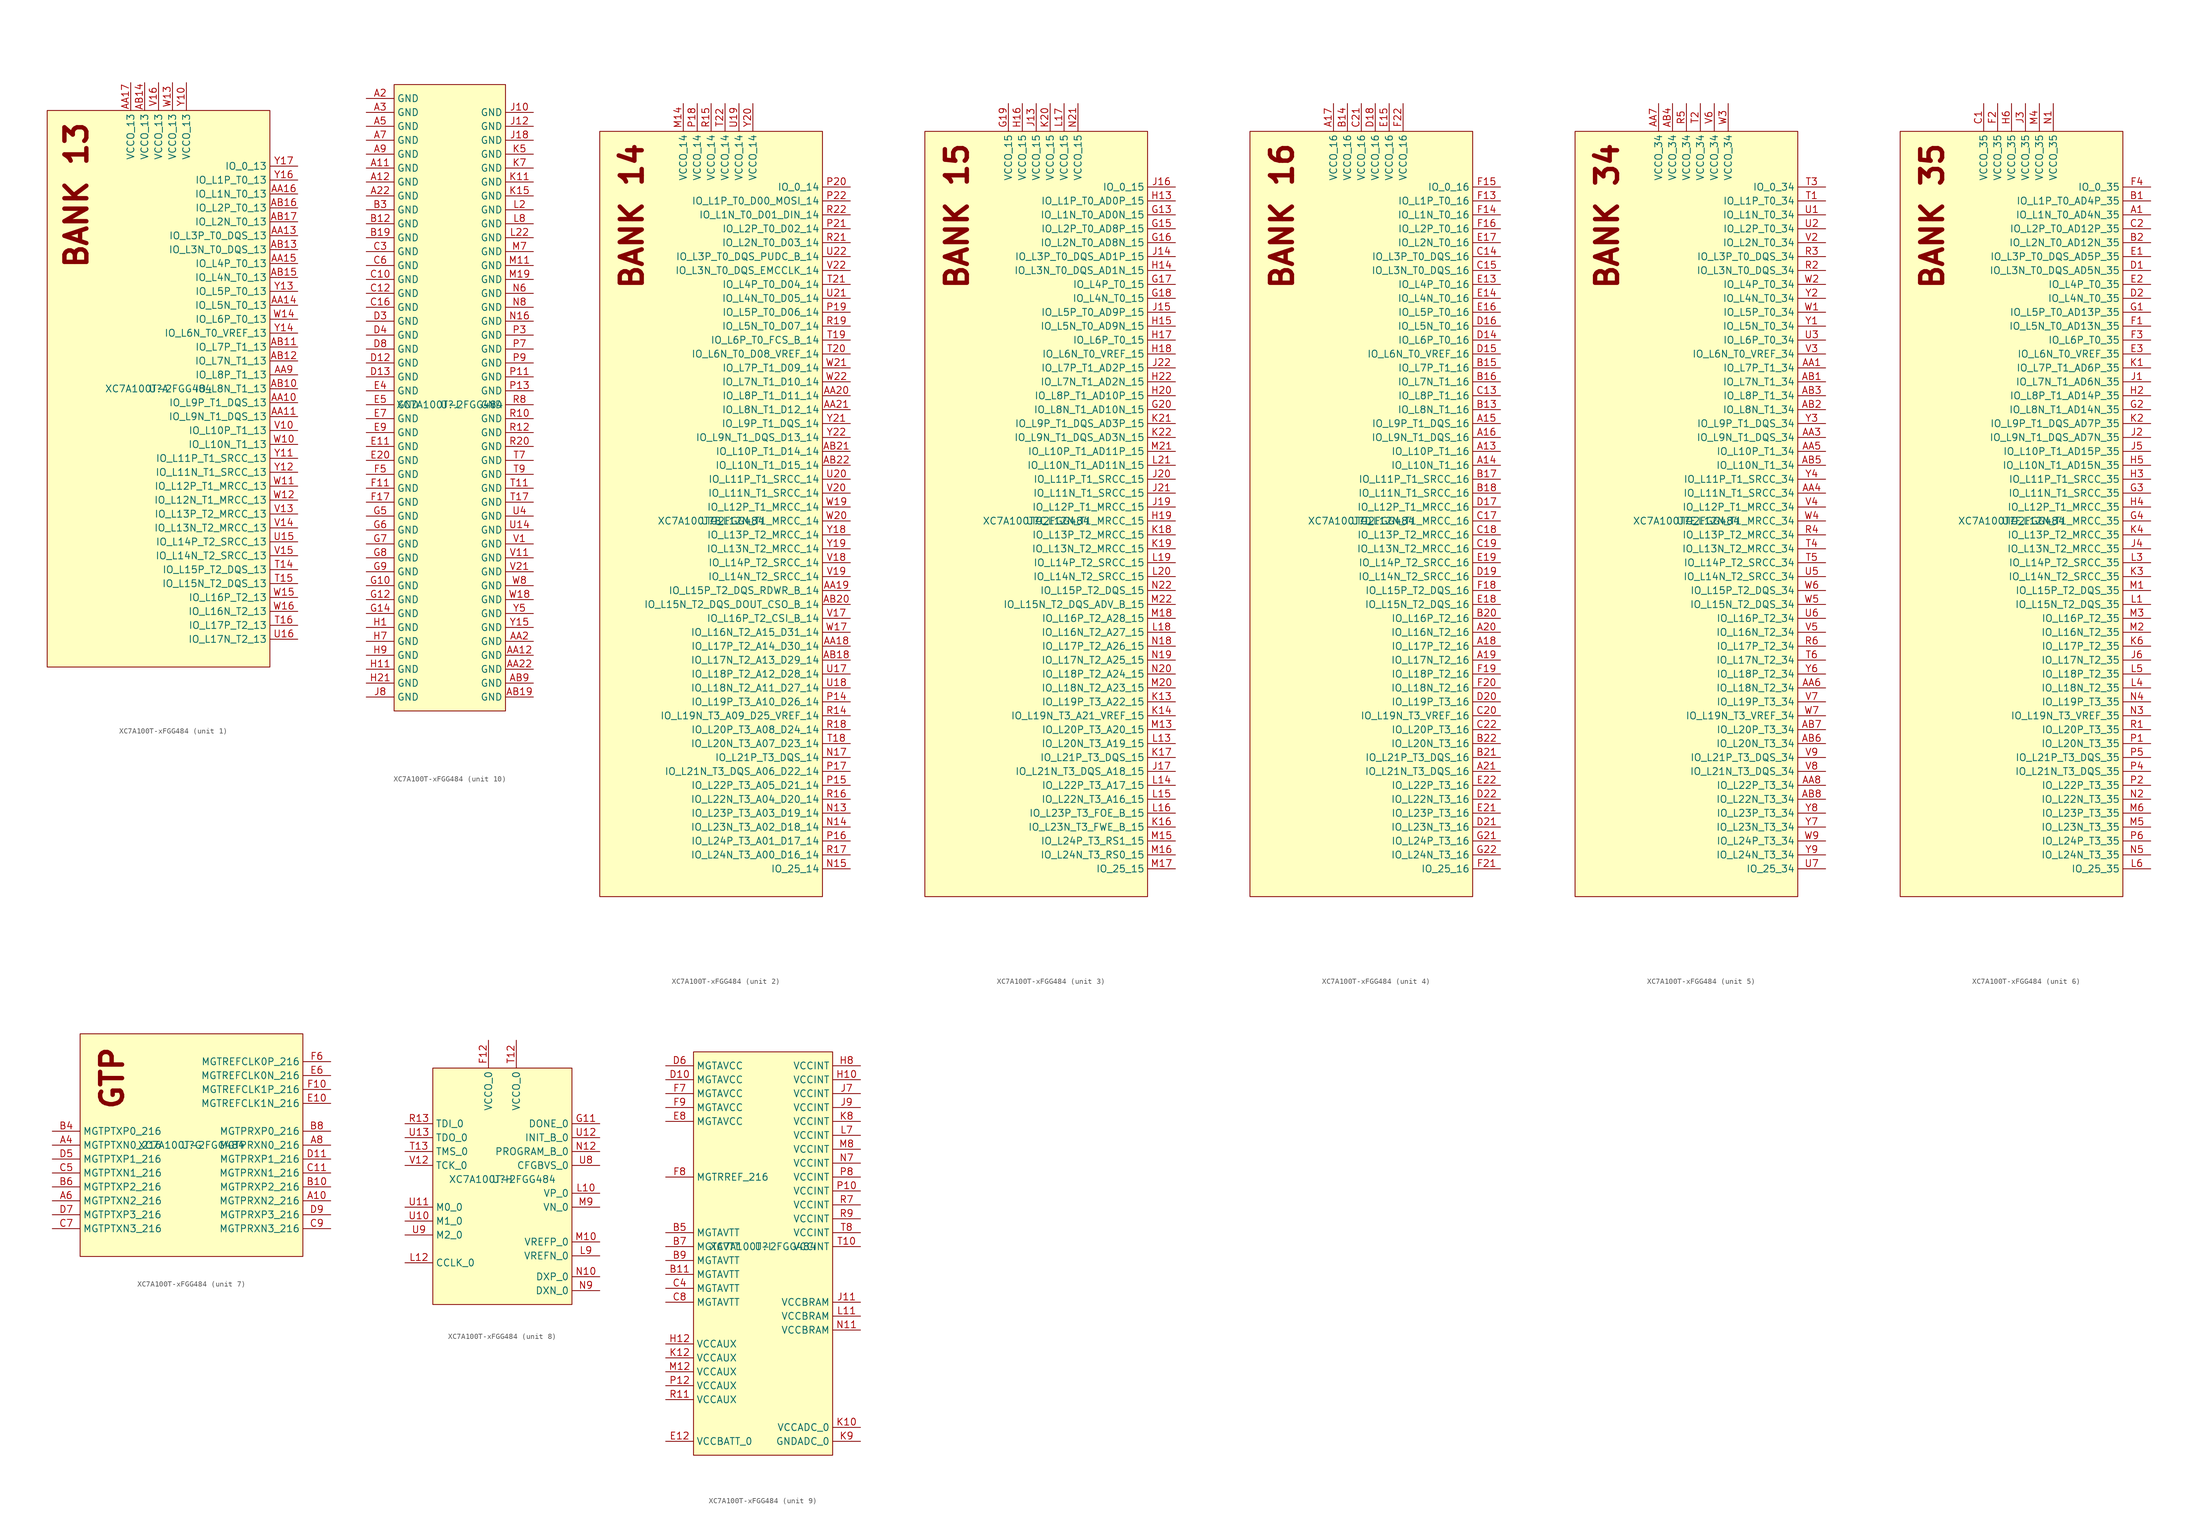
<source format=kicad_sym>
(kicad_symbol_lib
  (version 20241209)
  (generator "kicad_symbol_editor")
  (generator_version "9.0")
  (symbol "XC7A100T-xFGG484"
    (property "Reference" "U"
      (at 0 0 0)
      (effects (font (size 1.27 1.27))))
    (property "Value" "XC7A100T-2FGG484"
      (at 0 0 0)
      (effects (font (size 1.27 1.27))))
    (property "ki_locked" ""
      (at 0 0 0)
      (effects (font (size 1.27 1.27))))
    (symbol "XC7A100T-xFGG484_1_1"
      (rectangle (start -20.32 50.8) (end 20.32 -50.8) (stroke (width 0) (type default)) (fill (type background)))
      (text "BANK 13" (at -14.986 49.022 900) (effects (font (size 4 4) (bold yes)) (justify right)))
      (pin power_in line (at -5.08 55.88 270) (length 5.08) (name "VCCO_13" (effects (font (size 1.27 1.27)))) (number "AA17" (effects (font (size 1.27 1.27)))))
      (pin power_in line (at -2.54 55.88 270) (length 5.08) (name "VCCO_13" (effects (font (size 1.27 1.27)))) (number "AB14" (effects (font (size 1.27 1.27)))))
      (pin power_in line (at 0 55.88 270) (length 5.08) (name "VCCO_13" (effects (font (size 1.27 1.27)))) (number "V16" (effects (font (size 1.27 1.27)))))
      (pin power_in line (at 2.54 55.88 270) (length 5.08) (name "VCCO_13" (effects (font (size 1.27 1.27)))) (number "W13" (effects (font (size 1.27 1.27)))))
      (pin power_in line (at 5.08 55.88 270) (length 5.08) (name "VCCO_13" (effects (font (size 1.27 1.27)))) (number "Y10" (effects (font (size 1.27 1.27)))))
      (pin bidirectional line (at 25.4 40.64 180) (length 5.08) (name "IO_0_13" (effects (font (size 1.27 1.27)))) (number "Y17" (effects (font (size 1.27 1.27)))))
      (pin bidirectional line (at 25.4 38.1 180) (length 5.08) (name "IO_L1P_T0_13" (effects (font (size 1.27 1.27)))) (number "Y16" (effects (font (size 1.27 1.27)))))
      (pin bidirectional line (at 25.4 35.56 180) (length 5.08) (name "IO_L1N_T0_13" (effects (font (size 1.27 1.27)))) (number "AA16" (effects (font (size 1.27 1.27)))))
      (pin bidirectional line (at 25.4 33.02 180) (length 5.08) (name "IO_L2P_T0_13" (effects (font (size 1.27 1.27)))) (number "AB16" (effects (font (size 1.27 1.27)))))
      (pin bidirectional line (at 25.4 30.48 180) (length 5.08) (name "IO_L2N_T0_13" (effects (font (size 1.27 1.27)))) (number "AB17" (effects (font (size 1.27 1.27)))))
      (pin bidirectional line (at 25.4 27.94 180) (length 5.08) (name "IO_L3P_T0_DQS_13" (effects (font (size 1.27 1.27)))) (number "AA13" (effects (font (size 1.27 1.27)))))
      (pin bidirectional line (at 25.4 25.4 180) (length 5.08) (name "IO_L3N_T0_DQS_13" (effects (font (size 1.27 1.27)))) (number "AB13" (effects (font (size 1.27 1.27)))))
      (pin bidirectional line (at 25.4 22.86 180) (length 5.08) (name "IO_L4P_T0_13" (effects (font (size 1.27 1.27)))) (number "AA15" (effects (font (size 1.27 1.27)))))
      (pin bidirectional line (at 25.4 20.32 180) (length 5.08) (name "IO_L4N_T0_13" (effects (font (size 1.27 1.27)))) (number "AB15" (effects (font (size 1.27 1.27)))))
      (pin bidirectional line (at 25.4 17.78 180) (length 5.08) (name "IO_L5P_T0_13" (effects (font (size 1.27 1.27)))) (number "Y13" (effects (font (size 1.27 1.27)))))
      (pin bidirectional line (at 25.4 15.24 180) (length 5.08) (name "IO_L5N_T0_13" (effects (font (size 1.27 1.27)))) (number "AA14" (effects (font (size 1.27 1.27)))))
      (pin bidirectional line (at 25.4 12.7 180) (length 5.08) (name "IO_L6P_T0_13" (effects (font (size 1.27 1.27)))) (number "W14" (effects (font (size 1.27 1.27)))))
      (pin bidirectional line (at 25.4 10.16 180) (length 5.08) (name "IO_L6N_T0_VREF_13" (effects (font (size 1.27 1.27)))) (number "Y14" (effects (font (size 1.27 1.27)))))
      (pin bidirectional line (at 25.4 7.62 180) (length 5.08) (name "IO_L7P_T1_13" (effects (font (size 1.27 1.27)))) (number "AB11" (effects (font (size 1.27 1.27)))))
      (pin bidirectional line (at 25.4 5.08 180) (length 5.08) (name "IO_L7N_T1_13" (effects (font (size 1.27 1.27)))) (number "AB12" (effects (font (size 1.27 1.27)))))
      (pin bidirectional line (at 25.4 2.54 180) (length 5.08) (name "IO_L8P_T1_13" (effects (font (size 1.27 1.27)))) (number "AA9" (effects (font (size 1.27 1.27)))))
      (pin bidirectional line (at 25.4 0 180) (length 5.08) (name "IO_L8N_T1_13" (effects (font (size 1.27 1.27)))) (number "AB10" (effects (font (size 1.27 1.27)))))
      (pin bidirectional line (at 25.4 -2.54 180) (length 5.08) (name "IO_L9P_T1_DQS_13" (effects (font (size 1.27 1.27)))) (number "AA10" (effects (font (size 1.27 1.27)))))
      (pin bidirectional line (at 25.4 -5.08 180) (length 5.08) (name "IO_L9N_T1_DQS_13" (effects (font (size 1.27 1.27)))) (number "AA11" (effects (font (size 1.27 1.27)))))
      (pin bidirectional line (at 25.4 -7.62 180) (length 5.08) (name "IO_L10P_T1_13" (effects (font (size 1.27 1.27)))) (number "V10" (effects (font (size 1.27 1.27)))))
      (pin bidirectional line (at 25.4 -10.16 180) (length 5.08) (name "IO_L10N_T1_13" (effects (font (size 1.27 1.27)))) (number "W10" (effects (font (size 1.27 1.27)))))
      (pin bidirectional line (at 25.4 -12.7 180) (length 5.08) (name "IO_L11P_T1_SRCC_13" (effects (font (size 1.27 1.27)))) (number "Y11" (effects (font (size 1.27 1.27)))))
      (pin bidirectional line (at 25.4 -15.24 180) (length 5.08) (name "IO_L11N_T1_SRCC_13" (effects (font (size 1.27 1.27)))) (number "Y12" (effects (font (size 1.27 1.27)))))
      (pin bidirectional line (at 25.4 -17.78 180) (length 5.08) (name "IO_L12P_T1_MRCC_13" (effects (font (size 1.27 1.27)))) (number "W11" (effects (font (size 1.27 1.27)))))
      (pin bidirectional line (at 25.4 -20.32 180) (length 5.08) (name "IO_L12N_T1_MRCC_13" (effects (font (size 1.27 1.27)))) (number "W12" (effects (font (size 1.27 1.27)))))
      (pin bidirectional line (at 25.4 -22.86 180) (length 5.08) (name "IO_L13P_T2_MRCC_13" (effects (font (size 1.27 1.27)))) (number "V13" (effects (font (size 1.27 1.27)))))
      (pin bidirectional line (at 25.4 -25.4 180) (length 5.08) (name "IO_L13N_T2_MRCC_13" (effects (font (size 1.27 1.27)))) (number "V14" (effects (font (size 1.27 1.27)))))
      (pin bidirectional line (at 25.4 -27.94 180) (length 5.08) (name "IO_L14P_T2_SRCC_13" (effects (font (size 1.27 1.27)))) (number "U15" (effects (font (size 1.27 1.27)))))
      (pin bidirectional line (at 25.4 -30.48 180) (length 5.08) (name "IO_L14N_T2_SRCC_13" (effects (font (size 1.27 1.27)))) (number "V15" (effects (font (size 1.27 1.27)))))
      (pin bidirectional line (at 25.4 -33.02 180) (length 5.08) (name "IO_L15P_T2_DQS_13" (effects (font (size 1.27 1.27)))) (number "T14" (effects (font (size 1.27 1.27)))))
      (pin bidirectional line (at 25.4 -35.56 180) (length 5.08) (name "IO_L15N_T2_DQS_13" (effects (font (size 1.27 1.27)))) (number "T15" (effects (font (size 1.27 1.27)))))
      (pin bidirectional line (at 25.4 -38.1 180) (length 5.08) (name "IO_L16P_T2_13" (effects (font (size 1.27 1.27)))) (number "W15" (effects (font (size 1.27 1.27)))))
      (pin bidirectional line (at 25.4 -40.64 180) (length 5.08) (name "IO_L16N_T2_13" (effects (font (size 1.27 1.27)))) (number "W16" (effects (font (size 1.27 1.27)))))
      (pin bidirectional line (at 25.4 -43.18 180) (length 5.08) (name "IO_L17P_T2_13" (effects (font (size 1.27 1.27)))) (number "T16" (effects (font (size 1.27 1.27)))))
      (pin bidirectional line (at 25.4 -45.72 180) (length 5.08) (name "IO_L17N_T2_13" (effects (font (size 1.27 1.27)))) (number "U16" (effects (font (size 1.27 1.27))))))
    (symbol "XC7A100T-xFGG484_2_1"
      (rectangle (start -20.32 71.12) (end 20.32 -68.58) (stroke (width 0) (type default)) (fill (type background)))
      (text "BANK 14" (at -14.478 69.342 900) (effects (font (size 4 4) (bold yes)) (justify right)))
      (pin passive line (at -5.08 76.2 270) (length 5.08) (name "VCCO_14" (effects (font (size 1.27 1.27)))) (number "M14" (effects (font (size 1.27 1.27)))))
      (pin passive line (at -2.54 76.2 270) (length 5.08) (name "VCCO_14" (effects (font (size 1.27 1.27)))) (number "P18" (effects (font (size 1.27 1.27)))))
      (pin passive line (at 0 76.2 270) (length 5.08) (name "VCCO_14" (effects (font (size 1.27 1.27)))) (number "R15" (effects (font (size 1.27 1.27)))))
      (pin passive line (at 2.54 76.2 270) (length 5.08) (name "VCCO_14" (effects (font (size 1.27 1.27)))) (number "T22" (effects (font (size 1.27 1.27)))))
      (pin passive line (at 5.08 76.2 270) (length 5.08) (name "VCCO_14" (effects (font (size 1.27 1.27)))) (number "U19" (effects (font (size 1.27 1.27)))))
      (pin passive line (at 7.62 76.2 270) (length 5.08) (name "VCCO_14" (effects (font (size 1.27 1.27)))) (number "Y20" (effects (font (size 1.27 1.27)))))
      (pin passive line (at 25.4 60.96 180) (length 5.08) (name "IO_0_14" (effects (font (size 1.27 1.27)))) (number "P20" (effects (font (size 1.27 1.27)))))
      (pin passive line (at 25.4 58.42 180) (length 5.08) (name "IO_L1P_T0_D00_MOSI_14" (effects (font (size 1.27 1.27)))) (number "P22" (effects (font (size 1.27 1.27)))))
      (pin passive line (at 25.4 55.88 180) (length 5.08) (name "IO_L1N_T0_D01_DIN_14" (effects (font (size 1.27 1.27)))) (number "R22" (effects (font (size 1.27 1.27)))))
      (pin passive line (at 25.4 53.34 180) (length 5.08) (name "IO_L2P_T0_D02_14" (effects (font (size 1.27 1.27)))) (number "P21" (effects (font (size 1.27 1.27)))))
      (pin passive line (at 25.4 50.8 180) (length 5.08) (name "IO_L2N_T0_D03_14" (effects (font (size 1.27 1.27)))) (number "R21" (effects (font (size 1.27 1.27)))))
      (pin passive line (at 25.4 48.26 180) (length 5.08) (name "IO_L3P_T0_DQS_PUDC_B_14" (effects (font (size 1.27 1.27)))) (number "U22" (effects (font (size 1.27 1.27)))))
      (pin passive line (at 25.4 45.72 180) (length 5.08) (name "IO_L3N_T0_DQS_EMCCLK_14" (effects (font (size 1.27 1.27)))) (number "V22" (effects (font (size 1.27 1.27)))))
      (pin passive line (at 25.4 43.18 180) (length 5.08) (name "IO_L4P_T0_D04_14" (effects (font (size 1.27 1.27)))) (number "T21" (effects (font (size 1.27 1.27)))))
      (pin passive line (at 25.4 40.64 180) (length 5.08) (name "IO_L4N_T0_D05_14" (effects (font (size 1.27 1.27)))) (number "U21" (effects (font (size 1.27 1.27)))))
      (pin passive line (at 25.4 38.1 180) (length 5.08) (name "IO_L5P_T0_D06_14" (effects (font (size 1.27 1.27)))) (number "P19" (effects (font (size 1.27 1.27)))))
      (pin passive line (at 25.4 35.56 180) (length 5.08) (name "IO_L5N_T0_D07_14" (effects (font (size 1.27 1.27)))) (number "R19" (effects (font (size 1.27 1.27)))))
      (pin passive line (at 25.4 33.02 180) (length 5.08) (name "IO_L6P_T0_FCS_B_14" (effects (font (size 1.27 1.27)))) (number "T19" (effects (font (size 1.27 1.27)))))
      (pin passive line (at 25.4 30.48 180) (length 5.08) (name "IO_L6N_T0_D08_VREF_14" (effects (font (size 1.27 1.27)))) (number "T20" (effects (font (size 1.27 1.27)))))
      (pin passive line (at 25.4 27.94 180) (length 5.08) (name "IO_L7P_T1_D09_14" (effects (font (size 1.27 1.27)))) (number "W21" (effects (font (size 1.27 1.27)))))
      (pin passive line (at 25.4 25.4 180) (length 5.08) (name "IO_L7N_T1_D10_14" (effects (font (size 1.27 1.27)))) (number "W22" (effects (font (size 1.27 1.27)))))
      (pin passive line (at 25.4 22.86 180) (length 5.08) (name "IO_L8P_T1_D11_14" (effects (font (size 1.27 1.27)))) (number "AA20" (effects (font (size 1.27 1.27)))))
      (pin passive line (at 25.4 20.32 180) (length 5.08) (name "IO_L8N_T1_D12_14" (effects (font (size 1.27 1.27)))) (number "AA21" (effects (font (size 1.27 1.27)))))
      (pin passive line (at 25.4 17.78 180) (length 5.08) (name "IO_L9P_T1_DQS_14" (effects (font (size 1.27 1.27)))) (number "Y21" (effects (font (size 1.27 1.27)))))
      (pin passive line (at 25.4 15.24 180) (length 5.08) (name "IO_L9N_T1_DQS_D13_14" (effects (font (size 1.27 1.27)))) (number "Y22" (effects (font (size 1.27 1.27)))))
      (pin passive line (at 25.4 12.7 180) (length 5.08) (name "IO_L10P_T1_D14_14" (effects (font (size 1.27 1.27)))) (number "AB21" (effects (font (size 1.27 1.27)))))
      (pin passive line (at 25.4 10.16 180) (length 5.08) (name "IO_L10N_T1_D15_14" (effects (font (size 1.27 1.27)))) (number "AB22" (effects (font (size 1.27 1.27)))))
      (pin passive line (at 25.4 7.62 180) (length 5.08) (name "IO_L11P_T1_SRCC_14" (effects (font (size 1.27 1.27)))) (number "U20" (effects (font (size 1.27 1.27)))))
      (pin passive line (at 25.4 5.08 180) (length 5.08) (name "IO_L11N_T1_SRCC_14" (effects (font (size 1.27 1.27)))) (number "V20" (effects (font (size 1.27 1.27)))))
      (pin passive line (at 25.4 2.54 180) (length 5.08) (name "IO_L12P_T1_MRCC_14" (effects (font (size 1.27 1.27)))) (number "W19" (effects (font (size 1.27 1.27)))))
      (pin passive line (at 25.4 0 180) (length 5.08) (name "IO_L12N_T1_MRCC_14" (effects (font (size 1.27 1.27)))) (number "W20" (effects (font (size 1.27 1.27)))))
      (pin passive line (at 25.4 -2.54 180) (length 5.08) (name "IO_L13P_T2_MRCC_14" (effects (font (size 1.27 1.27)))) (number "Y18" (effects (font (size 1.27 1.27)))))
      (pin passive line (at 25.4 -5.08 180) (length 5.08) (name "IO_L13N_T2_MRCC_14" (effects (font (size 1.27 1.27)))) (number "Y19" (effects (font (size 1.27 1.27)))))
      (pin passive line (at 25.4 -7.62 180) (length 5.08) (name "IO_L14P_T2_SRCC_14" (effects (font (size 1.27 1.27)))) (number "V18" (effects (font (size 1.27 1.27)))))
      (pin passive line (at 25.4 -10.16 180) (length 5.08) (name "IO_L14N_T2_SRCC_14" (effects (font (size 1.27 1.27)))) (number "V19" (effects (font (size 1.27 1.27)))))
      (pin passive line (at 25.4 -12.7 180) (length 5.08) (name "IO_L15P_T2_DQS_RDWR_B_14" (effects (font (size 1.27 1.27)))) (number "AA19" (effects (font (size 1.27 1.27)))))
      (pin passive line (at 25.4 -15.24 180) (length 5.08) (name "IO_L15N_T2_DQS_DOUT_CSO_B_14" (effects (font (size 1.27 1.27)))) (number "AB20" (effects (font (size 1.27 1.27)))))
      (pin passive line (at 25.4 -17.78 180) (length 5.08) (name "IO_L16P_T2_CSI_B_14" (effects (font (size 1.27 1.27)))) (number "V17" (effects (font (size 1.27 1.27)))))
      (pin passive line (at 25.4 -20.32 180) (length 5.08) (name "IO_L16N_T2_A15_D31_14" (effects (font (size 1.27 1.27)))) (number "W17" (effects (font (size 1.27 1.27)))))
      (pin passive line (at 25.4 -22.86 180) (length 5.08) (name "IO_L17P_T2_A14_D30_14" (effects (font (size 1.27 1.27)))) (number "AA18" (effects (font (size 1.27 1.27)))))
      (pin passive line (at 25.4 -25.4 180) (length 5.08) (name "IO_L17N_T2_A13_D29_14" (effects (font (size 1.27 1.27)))) (number "AB18" (effects (font (size 1.27 1.27)))))
      (pin passive line (at 25.4 -27.94 180) (length 5.08) (name "IO_L18P_T2_A12_D28_14" (effects (font (size 1.27 1.27)))) (number "U17" (effects (font (size 1.27 1.27)))))
      (pin passive line (at 25.4 -30.48 180) (length 5.08) (name "IO_L18N_T2_A11_D27_14" (effects (font (size 1.27 1.27)))) (number "U18" (effects (font (size 1.27 1.27)))))
      (pin passive line (at 25.4 -33.02 180) (length 5.08) (name "IO_L19P_T3_A10_D26_14" (effects (font (size 1.27 1.27)))) (number "P14" (effects (font (size 1.27 1.27)))))
      (pin passive line (at 25.4 -35.56 180) (length 5.08) (name "IO_L19N_T3_A09_D25_VREF_14" (effects (font (size 1.27 1.27)))) (number "R14" (effects (font (size 1.27 1.27)))))
      (pin passive line (at 25.4 -38.1 180) (length 5.08) (name "IO_L20P_T3_A08_D24_14" (effects (font (size 1.27 1.27)))) (number "R18" (effects (font (size 1.27 1.27)))))
      (pin passive line (at 25.4 -40.64 180) (length 5.08) (name "IO_L20N_T3_A07_D23_14" (effects (font (size 1.27 1.27)))) (number "T18" (effects (font (size 1.27 1.27)))))
      (pin passive line (at 25.4 -43.18 180) (length 5.08) (name "IO_L21P_T3_DQS_14" (effects (font (size 1.27 1.27)))) (number "N17" (effects (font (size 1.27 1.27)))))
      (pin passive line (at 25.4 -45.72 180) (length 5.08) (name "IO_L21N_T3_DQS_A06_D22_14" (effects (font (size 1.27 1.27)))) (number "P17" (effects (font (size 1.27 1.27)))))
      (pin passive line (at 25.4 -48.26 180) (length 5.08) (name "IO_L22P_T3_A05_D21_14" (effects (font (size 1.27 1.27)))) (number "P15" (effects (font (size 1.27 1.27)))))
      (pin passive line (at 25.4 -50.8 180) (length 5.08) (name "IO_L22N_T3_A04_D20_14" (effects (font (size 1.27 1.27)))) (number "R16" (effects (font (size 1.27 1.27)))))
      (pin passive line (at 25.4 -53.34 180) (length 5.08) (name "IO_L23P_T3_A03_D19_14" (effects (font (size 1.27 1.27)))) (number "N13" (effects (font (size 1.27 1.27)))))
      (pin passive line (at 25.4 -55.88 180) (length 5.08) (name "IO_L23N_T3_A02_D18_14" (effects (font (size 1.27 1.27)))) (number "N14" (effects (font (size 1.27 1.27)))))
      (pin passive line (at 25.4 -58.42 180) (length 5.08) (name "IO_L24P_T3_A01_D17_14" (effects (font (size 1.27 1.27)))) (number "P16" (effects (font (size 1.27 1.27)))))
      (pin passive line (at 25.4 -60.96 180) (length 5.08) (name "IO_L24N_T3_A00_D16_14" (effects (font (size 1.27 1.27)))) (number "R17" (effects (font (size 1.27 1.27)))))
      (pin passive line (at 25.4 -63.5 180) (length 5.08) (name "IO_25_14" (effects (font (size 1.27 1.27)))) (number "N15" (effects (font (size 1.27 1.27))))))
    (symbol "XC7A100T-xFGG484_3_1"
      (rectangle (start -20.32 71.12) (end 20.32 -68.58) (stroke (width 0) (type default)) (fill (type background)))
      (text "BANK 15" (at -14.478 69.342 900) (effects (font (size 4 4) (bold yes)) (justify right)))
      (pin passive line (at -5.08 76.2 270) (length 5.08) (name "VCCO_15" (effects (font (size 1.27 1.27)))) (number "G19" (effects (font (size 1.27 1.27)))))
      (pin passive line (at -2.54 76.2 270) (length 5.08) (name "VCCO_15" (effects (font (size 1.27 1.27)))) (number "H16" (effects (font (size 1.27 1.27)))))
      (pin passive line (at 0 76.2 270) (length 5.08) (name "VCCO_15" (effects (font (size 1.27 1.27)))) (number "J13" (effects (font (size 1.27 1.27)))))
      (pin passive line (at 2.54 76.2 270) (length 5.08) (name "VCCO_15" (effects (font (size 1.27 1.27)))) (number "K20" (effects (font (size 1.27 1.27)))))
      (pin passive line (at 5.08 76.2 270) (length 5.08) (name "VCCO_15" (effects (font (size 1.27 1.27)))) (number "L17" (effects (font (size 1.27 1.27)))))
      (pin passive line (at 7.62 76.2 270) (length 5.08) (name "VCCO_15" (effects (font (size 1.27 1.27)))) (number "N21" (effects (font (size 1.27 1.27)))))
      (pin passive line (at 25.4 60.96 180) (length 5.08) (name "IO_0_15" (effects (font (size 1.27 1.27)))) (number "J16" (effects (font (size 1.27 1.27)))))
      (pin passive line (at 25.4 58.42 180) (length 5.08) (name "IO_L1P_T0_AD0P_15" (effects (font (size 1.27 1.27)))) (number "H13" (effects (font (size 1.27 1.27)))))
      (pin passive line (at 25.4 55.88 180) (length 5.08) (name "IO_L1N_T0_AD0N_15" (effects (font (size 1.27 1.27)))) (number "G13" (effects (font (size 1.27 1.27)))))
      (pin passive line (at 25.4 53.34 180) (length 5.08) (name "IO_L2P_T0_AD8P_15" (effects (font (size 1.27 1.27)))) (number "G15" (effects (font (size 1.27 1.27)))))
      (pin passive line (at 25.4 50.8 180) (length 5.08) (name "IO_L2N_T0_AD8N_15" (effects (font (size 1.27 1.27)))) (number "G16" (effects (font (size 1.27 1.27)))))
      (pin passive line (at 25.4 48.26 180) (length 5.08) (name "IO_L3P_T0_DQS_AD1P_15" (effects (font (size 1.27 1.27)))) (number "J14" (effects (font (size 1.27 1.27)))))
      (pin passive line (at 25.4 45.72 180) (length 5.08) (name "IO_L3N_T0_DQS_AD1N_15" (effects (font (size 1.27 1.27)))) (number "H14" (effects (font (size 1.27 1.27)))))
      (pin passive line (at 25.4 43.18 180) (length 5.08) (name "IO_L4P_T0_15" (effects (font (size 1.27 1.27)))) (number "G17" (effects (font (size 1.27 1.27)))))
      (pin passive line (at 25.4 40.64 180) (length 5.08) (name "IO_L4N_T0_15" (effects (font (size 1.27 1.27)))) (number "G18" (effects (font (size 1.27 1.27)))))
      (pin passive line (at 25.4 38.1 180) (length 5.08) (name "IO_L5P_T0_AD9P_15" (effects (font (size 1.27 1.27)))) (number "J15" (effects (font (size 1.27 1.27)))))
      (pin passive line (at 25.4 35.56 180) (length 5.08) (name "IO_L5N_T0_AD9N_15" (effects (font (size 1.27 1.27)))) (number "H15" (effects (font (size 1.27 1.27)))))
      (pin passive line (at 25.4 33.02 180) (length 5.08) (name "IO_L6P_T0_15" (effects (font (size 1.27 1.27)))) (number "H17" (effects (font (size 1.27 1.27)))))
      (pin passive line (at 25.4 30.48 180) (length 5.08) (name "IO_L6N_T0_VREF_15" (effects (font (size 1.27 1.27)))) (number "H18" (effects (font (size 1.27 1.27)))))
      (pin passive line (at 25.4 27.94 180) (length 5.08) (name "IO_L7P_T1_AD2P_15" (effects (font (size 1.27 1.27)))) (number "J22" (effects (font (size 1.27 1.27)))))
      (pin passive line (at 25.4 25.4 180) (length 5.08) (name "IO_L7N_T1_AD2N_15" (effects (font (size 1.27 1.27)))) (number "H22" (effects (font (size 1.27 1.27)))))
      (pin passive line (at 25.4 22.86 180) (length 5.08) (name "IO_L8P_T1_AD10P_15" (effects (font (size 1.27 1.27)))) (number "H20" (effects (font (size 1.27 1.27)))))
      (pin passive line (at 25.4 20.32 180) (length 5.08) (name "IO_L8N_T1_AD10N_15" (effects (font (size 1.27 1.27)))) (number "G20" (effects (font (size 1.27 1.27)))))
      (pin passive line (at 25.4 17.78 180) (length 5.08) (name "IO_L9P_T1_DQS_AD3P_15" (effects (font (size 1.27 1.27)))) (number "K21" (effects (font (size 1.27 1.27)))))
      (pin passive line (at 25.4 15.24 180) (length 5.08) (name "IO_L9N_T1_DQS_AD3N_15" (effects (font (size 1.27 1.27)))) (number "K22" (effects (font (size 1.27 1.27)))))
      (pin passive line (at 25.4 12.7 180) (length 5.08) (name "IO_L10P_T1_AD11P_15" (effects (font (size 1.27 1.27)))) (number "M21" (effects (font (size 1.27 1.27)))))
      (pin passive line (at 25.4 10.16 180) (length 5.08) (name "IO_L10N_T1_AD11N_15" (effects (font (size 1.27 1.27)))) (number "L21" (effects (font (size 1.27 1.27)))))
      (pin passive line (at 25.4 7.62 180) (length 5.08) (name "IO_L11P_T1_SRCC_15" (effects (font (size 1.27 1.27)))) (number "J20" (effects (font (size 1.27 1.27)))))
      (pin passive line (at 25.4 5.08 180) (length 5.08) (name "IO_L11N_T1_SRCC_15" (effects (font (size 1.27 1.27)))) (number "J21" (effects (font (size 1.27 1.27)))))
      (pin passive line (at 25.4 2.54 180) (length 5.08) (name "IO_L12P_T1_MRCC_15" (effects (font (size 1.27 1.27)))) (number "J19" (effects (font (size 1.27 1.27)))))
      (pin passive line (at 25.4 0 180) (length 5.08) (name "IO_L12N_T1_MRCC_15" (effects (font (size 1.27 1.27)))) (number "H19" (effects (font (size 1.27 1.27)))))
      (pin passive line (at 25.4 -2.54 180) (length 5.08) (name "IO_L13P_T2_MRCC_15" (effects (font (size 1.27 1.27)))) (number "K18" (effects (font (size 1.27 1.27)))))
      (pin passive line (at 25.4 -5.08 180) (length 5.08) (name "IO_L13N_T2_MRCC_15" (effects (font (size 1.27 1.27)))) (number "K19" (effects (font (size 1.27 1.27)))))
      (pin passive line (at 25.4 -7.62 180) (length 5.08) (name "IO_L14P_T2_SRCC_15" (effects (font (size 1.27 1.27)))) (number "L19" (effects (font (size 1.27 1.27)))))
      (pin passive line (at 25.4 -10.16 180) (length 5.08) (name "IO_L14N_T2_SRCC_15" (effects (font (size 1.27 1.27)))) (number "L20" (effects (font (size 1.27 1.27)))))
      (pin passive line (at 25.4 -12.7 180) (length 5.08) (name "IO_L15P_T2_DQS_15" (effects (font (size 1.27 1.27)))) (number "N22" (effects (font (size 1.27 1.27)))))
      (pin passive line (at 25.4 -15.24 180) (length 5.08) (name "IO_L15N_T2_DQS_ADV_B_15" (effects (font (size 1.27 1.27)))) (number "M22" (effects (font (size 1.27 1.27)))))
      (pin passive line (at 25.4 -17.78 180) (length 5.08) (name "IO_L16P_T2_A28_15" (effects (font (size 1.27 1.27)))) (number "M18" (effects (font (size 1.27 1.27)))))
      (pin passive line (at 25.4 -20.32 180) (length 5.08) (name "IO_L16N_T2_A27_15" (effects (font (size 1.27 1.27)))) (number "L18" (effects (font (size 1.27 1.27)))))
      (pin passive line (at 25.4 -22.86 180) (length 5.08) (name "IO_L17P_T2_A26_15" (effects (font (size 1.27 1.27)))) (number "N18" (effects (font (size 1.27 1.27)))))
      (pin passive line (at 25.4 -25.4 180) (length 5.08) (name "IO_L17N_T2_A25_15" (effects (font (size 1.27 1.27)))) (number "N19" (effects (font (size 1.27 1.27)))))
      (pin passive line (at 25.4 -27.94 180) (length 5.08) (name "IO_L18P_T2_A24_15" (effects (font (size 1.27 1.27)))) (number "N20" (effects (font (size 1.27 1.27)))))
      (pin passive line (at 25.4 -30.48 180) (length 5.08) (name "IO_L18N_T2_A23_15" (effects (font (size 1.27 1.27)))) (number "M20" (effects (font (size 1.27 1.27)))))
      (pin passive line (at 25.4 -33.02 180) (length 5.08) (name "IO_L19P_T3_A22_15" (effects (font (size 1.27 1.27)))) (number "K13" (effects (font (size 1.27 1.27)))))
      (pin passive line (at 25.4 -35.56 180) (length 5.08) (name "IO_L19N_T3_A21_VREF_15" (effects (font (size 1.27 1.27)))) (number "K14" (effects (font (size 1.27 1.27)))))
      (pin passive line (at 25.4 -38.1 180) (length 5.08) (name "IO_L20P_T3_A20_15" (effects (font (size 1.27 1.27)))) (number "M13" (effects (font (size 1.27 1.27)))))
      (pin passive line (at 25.4 -40.64 180) (length 5.08) (name "IO_L20N_T3_A19_15" (effects (font (size 1.27 1.27)))) (number "L13" (effects (font (size 1.27 1.27)))))
      (pin passive line (at 25.4 -43.18 180) (length 5.08) (name "IO_L21P_T3_DQS_15" (effects (font (size 1.27 1.27)))) (number "K17" (effects (font (size 1.27 1.27)))))
      (pin passive line (at 25.4 -45.72 180) (length 5.08) (name "IO_L21N_T3_DQS_A18_15" (effects (font (size 1.27 1.27)))) (number "J17" (effects (font (size 1.27 1.27)))))
      (pin passive line (at 25.4 -48.26 180) (length 5.08) (name "IO_L22P_T3_A17_15" (effects (font (size 1.27 1.27)))) (number "L14" (effects (font (size 1.27 1.27)))))
      (pin passive line (at 25.4 -50.8 180) (length 5.08) (name "IO_L22N_T3_A16_15" (effects (font (size 1.27 1.27)))) (number "L15" (effects (font (size 1.27 1.27)))))
      (pin passive line (at 25.4 -53.34 180) (length 5.08) (name "IO_L23P_T3_FOE_B_15" (effects (font (size 1.27 1.27)))) (number "L16" (effects (font (size 1.27 1.27)))))
      (pin passive line (at 25.4 -55.88 180) (length 5.08) (name "IO_L23N_T3_FWE_B_15" (effects (font (size 1.27 1.27)))) (number "K16" (effects (font (size 1.27 1.27)))))
      (pin passive line (at 25.4 -58.42 180) (length 5.08) (name "IO_L24P_T3_RS1_15" (effects (font (size 1.27 1.27)))) (number "M15" (effects (font (size 1.27 1.27)))))
      (pin passive line (at 25.4 -60.96 180) (length 5.08) (name "IO_L24N_T3_RS0_15" (effects (font (size 1.27 1.27)))) (number "M16" (effects (font (size 1.27 1.27)))))
      (pin passive line (at 25.4 -63.5 180) (length 5.08) (name "IO_25_15" (effects (font (size 1.27 1.27)))) (number "M17" (effects (font (size 1.27 1.27))))))
    (symbol "XC7A100T-xFGG484_4_1"
      (rectangle (start -20.32 71.12) (end 20.32 -68.58) (stroke (width 0) (type default)) (fill (type background)))
      (text "BANK 16" (at -14.478 69.342 900) (effects (font (size 4 4) (bold yes)) (justify right)))
      (pin passive line (at -5.08 76.2 270) (length 5.08) (name "VCCO_16" (effects (font (size 1.27 1.27)))) (number "A17" (effects (font (size 1.27 1.27)))))
      (pin passive line (at -2.54 76.2 270) (length 5.08) (name "VCCO_16" (effects (font (size 1.27 1.27)))) (number "B14" (effects (font (size 1.27 1.27)))))
      (pin passive line (at 0 76.2 270) (length 5.08) (name "VCCO_16" (effects (font (size 1.27 1.27)))) (number "C21" (effects (font (size 1.27 1.27)))))
      (pin passive line (at 2.54 76.2 270) (length 5.08) (name "VCCO_16" (effects (font (size 1.27 1.27)))) (number "D18" (effects (font (size 1.27 1.27)))))
      (pin passive line (at 5.08 76.2 270) (length 5.08) (name "VCCO_16" (effects (font (size 1.27 1.27)))) (number "E15" (effects (font (size 1.27 1.27)))))
      (pin passive line (at 7.62 76.2 270) (length 5.08) (name "VCCO_16" (effects (font (size 1.27 1.27)))) (number "F22" (effects (font (size 1.27 1.27)))))
      (pin passive line (at 25.4 60.96 180) (length 5.08) (name "IO_0_16" (effects (font (size 1.27 1.27)))) (number "F15" (effects (font (size 1.27 1.27)))))
      (pin passive line (at 25.4 58.42 180) (length 5.08) (name "IO_L1P_T0_16" (effects (font (size 1.27 1.27)))) (number "F13" (effects (font (size 1.27 1.27)))))
      (pin passive line (at 25.4 55.88 180) (length 5.08) (name "IO_L1N_T0_16" (effects (font (size 1.27 1.27)))) (number "F14" (effects (font (size 1.27 1.27)))))
      (pin passive line (at 25.4 53.34 180) (length 5.08) (name "IO_L2P_T0_16" (effects (font (size 1.27 1.27)))) (number "F16" (effects (font (size 1.27 1.27)))))
      (pin passive line (at 25.4 50.8 180) (length 5.08) (name "IO_L2N_T0_16" (effects (font (size 1.27 1.27)))) (number "E17" (effects (font (size 1.27 1.27)))))
      (pin passive line (at 25.4 48.26 180) (length 5.08) (name "IO_L3P_T0_DQS_16" (effects (font (size 1.27 1.27)))) (number "C14" (effects (font (size 1.27 1.27)))))
      (pin passive line (at 25.4 45.72 180) (length 5.08) (name "IO_L3N_T0_DQS_16" (effects (font (size 1.27 1.27)))) (number "C15" (effects (font (size 1.27 1.27)))))
      (pin passive line (at 25.4 43.18 180) (length 5.08) (name "IO_L4P_T0_16" (effects (font (size 1.27 1.27)))) (number "E13" (effects (font (size 1.27 1.27)))))
      (pin passive line (at 25.4 40.64 180) (length 5.08) (name "IO_L4N_T0_16" (effects (font (size 1.27 1.27)))) (number "E14" (effects (font (size 1.27 1.27)))))
      (pin passive line (at 25.4 38.1 180) (length 5.08) (name "IO_L5P_T0_16" (effects (font (size 1.27 1.27)))) (number "E16" (effects (font (size 1.27 1.27)))))
      (pin passive line (at 25.4 35.56 180) (length 5.08) (name "IO_L5N_T0_16" (effects (font (size 1.27 1.27)))) (number "D16" (effects (font (size 1.27 1.27)))))
      (pin passive line (at 25.4 33.02 180) (length 5.08) (name "IO_L6P_T0_16" (effects (font (size 1.27 1.27)))) (number "D14" (effects (font (size 1.27 1.27)))))
      (pin passive line (at 25.4 30.48 180) (length 5.08) (name "IO_L6N_T0_VREF_16" (effects (font (size 1.27 1.27)))) (number "D15" (effects (font (size 1.27 1.27)))))
      (pin passive line (at 25.4 27.94 180) (length 5.08) (name "IO_L7P_T1_16" (effects (font (size 1.27 1.27)))) (number "B15" (effects (font (size 1.27 1.27)))))
      (pin passive line (at 25.4 25.4 180) (length 5.08) (name "IO_L7N_T1_16" (effects (font (size 1.27 1.27)))) (number "B16" (effects (font (size 1.27 1.27)))))
      (pin passive line (at 25.4 22.86 180) (length 5.08) (name "IO_L8P_T1_16" (effects (font (size 1.27 1.27)))) (number "C13" (effects (font (size 1.27 1.27)))))
      (pin passive line (at 25.4 20.32 180) (length 5.08) (name "IO_L8N_T1_16" (effects (font (size 1.27 1.27)))) (number "B13" (effects (font (size 1.27 1.27)))))
      (pin passive line (at 25.4 17.78 180) (length 5.08) (name "IO_L9P_T1_DQS_16" (effects (font (size 1.27 1.27)))) (number "A15" (effects (font (size 1.27 1.27)))))
      (pin passive line (at 25.4 15.24 180) (length 5.08) (name "IO_L9N_T1_DQS_16" (effects (font (size 1.27 1.27)))) (number "A16" (effects (font (size 1.27 1.27)))))
      (pin passive line (at 25.4 12.7 180) (length 5.08) (name "IO_L10P_T1_16" (effects (font (size 1.27 1.27)))) (number "A13" (effects (font (size 1.27 1.27)))))
      (pin passive line (at 25.4 10.16 180) (length 5.08) (name "IO_L10N_T1_16" (effects (font (size 1.27 1.27)))) (number "A14" (effects (font (size 1.27 1.27)))))
      (pin passive line (at 25.4 7.62 180) (length 5.08) (name "IO_L11P_T1_SRCC_16" (effects (font (size 1.27 1.27)))) (number "B17" (effects (font (size 1.27 1.27)))))
      (pin passive line (at 25.4 5.08 180) (length 5.08) (name "IO_L11N_T1_SRCC_16" (effects (font (size 1.27 1.27)))) (number "B18" (effects (font (size 1.27 1.27)))))
      (pin passive line (at 25.4 2.54 180) (length 5.08) (name "IO_L12P_T1_MRCC_16" (effects (font (size 1.27 1.27)))) (number "D17" (effects (font (size 1.27 1.27)))))
      (pin passive line (at 25.4 0 180) (length 5.08) (name "IO_L12N_T1_MRCC_16" (effects (font (size 1.27 1.27)))) (number "C17" (effects (font (size 1.27 1.27)))))
      (pin passive line (at 25.4 -2.54 180) (length 5.08) (name "IO_L13P_T2_MRCC_16" (effects (font (size 1.27 1.27)))) (number "C18" (effects (font (size 1.27 1.27)))))
      (pin passive line (at 25.4 -5.08 180) (length 5.08) (name "IO_L13N_T2_MRCC_16" (effects (font (size 1.27 1.27)))) (number "C19" (effects (font (size 1.27 1.27)))))
      (pin passive line (at 25.4 -7.62 180) (length 5.08) (name "IO_L14P_T2_SRCC_16" (effects (font (size 1.27 1.27)))) (number "E19" (effects (font (size 1.27 1.27)))))
      (pin passive line (at 25.4 -10.16 180) (length 5.08) (name "IO_L14N_T2_SRCC_16" (effects (font (size 1.27 1.27)))) (number "D19" (effects (font (size 1.27 1.27)))))
      (pin passive line (at 25.4 -12.7 180) (length 5.08) (name "IO_L15P_T2_DQS_16" (effects (font (size 1.27 1.27)))) (number "F18" (effects (font (size 1.27 1.27)))))
      (pin passive line (at 25.4 -15.24 180) (length 5.08) (name "IO_L15N_T2_DQS_16" (effects (font (size 1.27 1.27)))) (number "E18" (effects (font (size 1.27 1.27)))))
      (pin passive line (at 25.4 -17.78 180) (length 5.08) (name "IO_L16P_T2_16" (effects (font (size 1.27 1.27)))) (number "B20" (effects (font (size 1.27 1.27)))))
      (pin passive line (at 25.4 -20.32 180) (length 5.08) (name "IO_L16N_T2_16" (effects (font (size 1.27 1.27)))) (number "A20" (effects (font (size 1.27 1.27)))))
      (pin passive line (at 25.4 -22.86 180) (length 5.08) (name "IO_L17P_T2_16" (effects (font (size 1.27 1.27)))) (number "A18" (effects (font (size 1.27 1.27)))))
      (pin passive line (at 25.4 -25.4 180) (length 5.08) (name "IO_L17N_T2_16" (effects (font (size 1.27 1.27)))) (number "A19" (effects (font (size 1.27 1.27)))))
      (pin passive line (at 25.4 -27.94 180) (length 5.08) (name "IO_L18P_T2_16" (effects (font (size 1.27 1.27)))) (number "F19" (effects (font (size 1.27 1.27)))))
      (pin passive line (at 25.4 -30.48 180) (length 5.08) (name "IO_L18N_T2_16" (effects (font (size 1.27 1.27)))) (number "F20" (effects (font (size 1.27 1.27)))))
      (pin passive line (at 25.4 -33.02 180) (length 5.08) (name "IO_L19P_T3_16" (effects (font (size 1.27 1.27)))) (number "D20" (effects (font (size 1.27 1.27)))))
      (pin passive line (at 25.4 -35.56 180) (length 5.08) (name "IO_L19N_T3_VREF_16" (effects (font (size 1.27 1.27)))) (number "C20" (effects (font (size 1.27 1.27)))))
      (pin passive line (at 25.4 -38.1 180) (length 5.08) (name "IO_L20P_T3_16" (effects (font (size 1.27 1.27)))) (number "C22" (effects (font (size 1.27 1.27)))))
      (pin passive line (at 25.4 -40.64 180) (length 5.08) (name "IO_L20N_T3_16" (effects (font (size 1.27 1.27)))) (number "B22" (effects (font (size 1.27 1.27)))))
      (pin passive line (at 25.4 -43.18 180) (length 5.08) (name "IO_L21P_T3_DQS_16" (effects (font (size 1.27 1.27)))) (number "B21" (effects (font (size 1.27 1.27)))))
      (pin passive line (at 25.4 -45.72 180) (length 5.08) (name "IO_L21N_T3_DQS_16" (effects (font (size 1.27 1.27)))) (number "A21" (effects (font (size 1.27 1.27)))))
      (pin passive line (at 25.4 -48.26 180) (length 5.08) (name "IO_L22P_T3_16" (effects (font (size 1.27 1.27)))) (number "E22" (effects (font (size 1.27 1.27)))))
      (pin passive line (at 25.4 -50.8 180) (length 5.08) (name "IO_L22N_T3_16" (effects (font (size 1.27 1.27)))) (number "D22" (effects (font (size 1.27 1.27)))))
      (pin passive line (at 25.4 -53.34 180) (length 5.08) (name "IO_L23P_T3_16" (effects (font (size 1.27 1.27)))) (number "E21" (effects (font (size 1.27 1.27)))))
      (pin passive line (at 25.4 -55.88 180) (length 5.08) (name "IO_L23N_T3_16" (effects (font (size 1.27 1.27)))) (number "D21" (effects (font (size 1.27 1.27)))))
      (pin passive line (at 25.4 -58.42 180) (length 5.08) (name "IO_L24P_T3_16" (effects (font (size 1.27 1.27)))) (number "G21" (effects (font (size 1.27 1.27)))))
      (pin passive line (at 25.4 -60.96 180) (length 5.08) (name "IO_L24N_T3_16" (effects (font (size 1.27 1.27)))) (number "G22" (effects (font (size 1.27 1.27)))))
      (pin passive line (at 25.4 -63.5 180) (length 5.08) (name "IO_25_16" (effects (font (size 1.27 1.27)))) (number "F21" (effects (font (size 1.27 1.27))))))
    (symbol "XC7A100T-xFGG484_5_1"
      (rectangle (start -20.32 71.12) (end 20.32 -68.58) (stroke (width 0) (type default)) (fill (type background)))
      (text "BANK 34" (at -14.478 69.342 900) (effects (font (size 4 4) (bold yes)) (justify right)))
      (pin passive line (at -5.08 76.2 270) (length 5.08) (name "VCCO_34" (effects (font (size 1.27 1.27)))) (number "AA7" (effects (font (size 1.27 1.27)))))
      (pin passive line (at -2.54 76.2 270) (length 5.08) (name "VCCO_34" (effects (font (size 1.27 1.27)))) (number "AB4" (effects (font (size 1.27 1.27)))))
      (pin passive line (at 0 76.2 270) (length 5.08) (name "VCCO_34" (effects (font (size 1.27 1.27)))) (number "R5" (effects (font (size 1.27 1.27)))))
      (pin passive line (at 2.54 76.2 270) (length 5.08) (name "VCCO_34" (effects (font (size 1.27 1.27)))) (number "T2" (effects (font (size 1.27 1.27)))))
      (pin passive line (at 5.08 76.2 270) (length 5.08) (name "VCCO_34" (effects (font (size 1.27 1.27)))) (number "V6" (effects (font (size 1.27 1.27)))))
      (pin passive line (at 7.62 76.2 270) (length 5.08) (name "VCCO_34" (effects (font (size 1.27 1.27)))) (number "W3" (effects (font (size 1.27 1.27)))))
      (pin passive line (at 25.4 60.96 180) (length 5.08) (name "IO_0_34" (effects (font (size 1.27 1.27)))) (number "T3" (effects (font (size 1.27 1.27)))))
      (pin passive line (at 25.4 58.42 180) (length 5.08) (name "IO_L1P_T0_34" (effects (font (size 1.27 1.27)))) (number "T1" (effects (font (size 1.27 1.27)))))
      (pin passive line (at 25.4 55.88 180) (length 5.08) (name "IO_L1N_T0_34" (effects (font (size 1.27 1.27)))) (number "U1" (effects (font (size 1.27 1.27)))))
      (pin passive line (at 25.4 53.34 180) (length 5.08) (name "IO_L2P_T0_34" (effects (font (size 1.27 1.27)))) (number "U2" (effects (font (size 1.27 1.27)))))
      (pin passive line (at 25.4 50.8 180) (length 5.08) (name "IO_L2N_T0_34" (effects (font (size 1.27 1.27)))) (number "V2" (effects (font (size 1.27 1.27)))))
      (pin passive line (at 25.4 48.26 180) (length 5.08) (name "IO_L3P_T0_DQS_34" (effects (font (size 1.27 1.27)))) (number "R3" (effects (font (size 1.27 1.27)))))
      (pin passive line (at 25.4 45.72 180) (length 5.08) (name "IO_L3N_T0_DQS_34" (effects (font (size 1.27 1.27)))) (number "R2" (effects (font (size 1.27 1.27)))))
      (pin passive line (at 25.4 43.18 180) (length 5.08) (name "IO_L4P_T0_34" (effects (font (size 1.27 1.27)))) (number "W2" (effects (font (size 1.27 1.27)))))
      (pin passive line (at 25.4 40.64 180) (length 5.08) (name "IO_L4N_T0_34" (effects (font (size 1.27 1.27)))) (number "Y2" (effects (font (size 1.27 1.27)))))
      (pin passive line (at 25.4 38.1 180) (length 5.08) (name "IO_L5P_T0_34" (effects (font (size 1.27 1.27)))) (number "W1" (effects (font (size 1.27 1.27)))))
      (pin passive line (at 25.4 35.56 180) (length 5.08) (name "IO_L5N_T0_34" (effects (font (size 1.27 1.27)))) (number "Y1" (effects (font (size 1.27 1.27)))))
      (pin passive line (at 25.4 33.02 180) (length 5.08) (name "IO_L6P_T0_34" (effects (font (size 1.27 1.27)))) (number "U3" (effects (font (size 1.27 1.27)))))
      (pin passive line (at 25.4 30.48 180) (length 5.08) (name "IO_L6N_T0_VREF_34" (effects (font (size 1.27 1.27)))) (number "V3" (effects (font (size 1.27 1.27)))))
      (pin passive line (at 25.4 27.94 180) (length 5.08) (name "IO_L7P_T1_34" (effects (font (size 1.27 1.27)))) (number "AA1" (effects (font (size 1.27 1.27)))))
      (pin passive line (at 25.4 25.4 180) (length 5.08) (name "IO_L7N_T1_34" (effects (font (size 1.27 1.27)))) (number "AB1" (effects (font (size 1.27 1.27)))))
      (pin passive line (at 25.4 22.86 180) (length 5.08) (name "IO_L8P_T1_34" (effects (font (size 1.27 1.27)))) (number "AB3" (effects (font (size 1.27 1.27)))))
      (pin passive line (at 25.4 20.32 180) (length 5.08) (name "IO_L8N_T1_34" (effects (font (size 1.27 1.27)))) (number "AB2" (effects (font (size 1.27 1.27)))))
      (pin passive line (at 25.4 17.78 180) (length 5.08) (name "IO_L9P_T1_DQS_34" (effects (font (size 1.27 1.27)))) (number "Y3" (effects (font (size 1.27 1.27)))))
      (pin passive line (at 25.4 15.24 180) (length 5.08) (name "IO_L9N_T1_DQS_34" (effects (font (size 1.27 1.27)))) (number "AA3" (effects (font (size 1.27 1.27)))))
      (pin passive line (at 25.4 12.7 180) (length 5.08) (name "IO_L10P_T1_34" (effects (font (size 1.27 1.27)))) (number "AA5" (effects (font (size 1.27 1.27)))))
      (pin passive line (at 25.4 10.16 180) (length 5.08) (name "IO_L10N_T1_34" (effects (font (size 1.27 1.27)))) (number "AB5" (effects (font (size 1.27 1.27)))))
      (pin passive line (at 25.4 7.62 180) (length 5.08) (name "IO_L11P_T1_SRCC_34" (effects (font (size 1.27 1.27)))) (number "Y4" (effects (font (size 1.27 1.27)))))
      (pin passive line (at 25.4 5.08 180) (length 5.08) (name "IO_L11N_T1_SRCC_34" (effects (font (size 1.27 1.27)))) (number "AA4" (effects (font (size 1.27 1.27)))))
      (pin passive line (at 25.4 2.54 180) (length 5.08) (name "IO_L12P_T1_MRCC_34" (effects (font (size 1.27 1.27)))) (number "V4" (effects (font (size 1.27 1.27)))))
      (pin passive line (at 25.4 0 180) (length 5.08) (name "IO_L12N_T1_MRCC_34" (effects (font (size 1.27 1.27)))) (number "W4" (effects (font (size 1.27 1.27)))))
      (pin passive line (at 25.4 -2.54 180) (length 5.08) (name "IO_L13P_T2_MRCC_34" (effects (font (size 1.27 1.27)))) (number "R4" (effects (font (size 1.27 1.27)))))
      (pin passive line (at 25.4 -5.08 180) (length 5.08) (name "IO_L13N_T2_MRCC_34" (effects (font (size 1.27 1.27)))) (number "T4" (effects (font (size 1.27 1.27)))))
      (pin passive line (at 25.4 -7.62 180) (length 5.08) (name "IO_L14P_T2_SRCC_34" (effects (font (size 1.27 1.27)))) (number "T5" (effects (font (size 1.27 1.27)))))
      (pin passive line (at 25.4 -10.16 180) (length 5.08) (name "IO_L14N_T2_SRCC_34" (effects (font (size 1.27 1.27)))) (number "U5" (effects (font (size 1.27 1.27)))))
      (pin passive line (at 25.4 -12.7 180) (length 5.08) (name "IO_L15P_T2_DQS_34" (effects (font (size 1.27 1.27)))) (number "W6" (effects (font (size 1.27 1.27)))))
      (pin passive line (at 25.4 -15.24 180) (length 5.08) (name "IO_L15N_T2_DQS_34" (effects (font (size 1.27 1.27)))) (number "W5" (effects (font (size 1.27 1.27)))))
      (pin passive line (at 25.4 -17.78 180) (length 5.08) (name "IO_L16P_T2_34" (effects (font (size 1.27 1.27)))) (number "U6" (effects (font (size 1.27 1.27)))))
      (pin passive line (at 25.4 -20.32 180) (length 5.08) (name "IO_L16N_T2_34" (effects (font (size 1.27 1.27)))) (number "V5" (effects (font (size 1.27 1.27)))))
      (pin passive line (at 25.4 -22.86 180) (length 5.08) (name "IO_L17P_T2_34" (effects (font (size 1.27 1.27)))) (number "R6" (effects (font (size 1.27 1.27)))))
      (pin passive line (at 25.4 -25.4 180) (length 5.08) (name "IO_L17N_T2_34" (effects (font (size 1.27 1.27)))) (number "T6" (effects (font (size 1.27 1.27)))))
      (pin passive line (at 25.4 -27.94 180) (length 5.08) (name "IO_L18P_T2_34" (effects (font (size 1.27 1.27)))) (number "Y6" (effects (font (size 1.27 1.27)))))
      (pin passive line (at 25.4 -30.48 180) (length 5.08) (name "IO_L18N_T2_34" (effects (font (size 1.27 1.27)))) (number "AA6" (effects (font (size 1.27 1.27)))))
      (pin passive line (at 25.4 -33.02 180) (length 5.08) (name "IO_L19P_T3_34" (effects (font (size 1.27 1.27)))) (number "V7" (effects (font (size 1.27 1.27)))))
      (pin passive line (at 25.4 -35.56 180) (length 5.08) (name "IO_L19N_T3_VREF_34" (effects (font (size 1.27 1.27)))) (number "W7" (effects (font (size 1.27 1.27)))))
      (pin passive line (at 25.4 -38.1 180) (length 5.08) (name "IO_L20P_T3_34" (effects (font (size 1.27 1.27)))) (number "AB7" (effects (font (size 1.27 1.27)))))
      (pin passive line (at 25.4 -40.64 180) (length 5.08) (name "IO_L20N_T3_34" (effects (font (size 1.27 1.27)))) (number "AB6" (effects (font (size 1.27 1.27)))))
      (pin passive line (at 25.4 -43.18 180) (length 5.08) (name "IO_L21P_T3_DQS_34" (effects (font (size 1.27 1.27)))) (number "V9" (effects (font (size 1.27 1.27)))))
      (pin passive line (at 25.4 -45.72 180) (length 5.08) (name "IO_L21N_T3_DQS_34" (effects (font (size 1.27 1.27)))) (number "V8" (effects (font (size 1.27 1.27)))))
      (pin passive line (at 25.4 -48.26 180) (length 5.08) (name "IO_L22P_T3_34" (effects (font (size 1.27 1.27)))) (number "AA8" (effects (font (size 1.27 1.27)))))
      (pin passive line (at 25.4 -50.8 180) (length 5.08) (name "IO_L22N_T3_34" (effects (font (size 1.27 1.27)))) (number "AB8" (effects (font (size 1.27 1.27)))))
      (pin passive line (at 25.4 -53.34 180) (length 5.08) (name "IO_L23P_T3_34" (effects (font (size 1.27 1.27)))) (number "Y8" (effects (font (size 1.27 1.27)))))
      (pin passive line (at 25.4 -55.88 180) (length 5.08) (name "IO_L23N_T3_34" (effects (font (size 1.27 1.27)))) (number "Y7" (effects (font (size 1.27 1.27)))))
      (pin passive line (at 25.4 -58.42 180) (length 5.08) (name "IO_L24P_T3_34" (effects (font (size 1.27 1.27)))) (number "W9" (effects (font (size 1.27 1.27)))))
      (pin passive line (at 25.4 -60.96 180) (length 5.08) (name "IO_L24N_T3_34" (effects (font (size 1.27 1.27)))) (number "Y9" (effects (font (size 1.27 1.27)))))
      (pin passive line (at 25.4 -63.5 180) (length 5.08) (name "IO_25_34" (effects (font (size 1.27 1.27)))) (number "U7" (effects (font (size 1.27 1.27))))))
    (symbol "XC7A100T-xFGG484_6_1"
      (rectangle (start -20.32 71.12) (end 20.32 -68.58) (stroke (width 0) (type default)) (fill (type background)))
      (text "BANK 35" (at -14.478 69.342 900) (effects (font (size 4 4) (bold yes)) (justify right)))
      (pin passive line (at -5.08 76.2 270) (length 5.08) (name "VCCO_35" (effects (font (size 1.27 1.27)))) (number "C1" (effects (font (size 1.27 1.27)))))
      (pin passive line (at -2.54 76.2 270) (length 5.08) (name "VCCO_35" (effects (font (size 1.27 1.27)))) (number "F2" (effects (font (size 1.27 1.27)))))
      (pin passive line (at 0 76.2 270) (length 5.08) (name "VCCO_35" (effects (font (size 1.27 1.27)))) (number "H6" (effects (font (size 1.27 1.27)))))
      (pin passive line (at 2.54 76.2 270) (length 5.08) (name "VCCO_35" (effects (font (size 1.27 1.27)))) (number "J3" (effects (font (size 1.27 1.27)))))
      (pin passive line (at 5.08 76.2 270) (length 5.08) (name "VCCO_35" (effects (font (size 1.27 1.27)))) (number "M4" (effects (font (size 1.27 1.27)))))
      (pin passive line (at 7.62 76.2 270) (length 5.08) (name "VCCO_35" (effects (font (size 1.27 1.27)))) (number "N1" (effects (font (size 1.27 1.27)))))
      (pin passive line (at 25.4 60.96 180) (length 5.08) (name "IO_0_35" (effects (font (size 1.27 1.27)))) (number "F4" (effects (font (size 1.27 1.27)))))
      (pin passive line (at 25.4 58.42 180) (length 5.08) (name "IO_L1P_T0_AD4P_35" (effects (font (size 1.27 1.27)))) (number "B1" (effects (font (size 1.27 1.27)))))
      (pin passive line (at 25.4 55.88 180) (length 5.08) (name "IO_L1N_T0_AD4N_35" (effects (font (size 1.27 1.27)))) (number "A1" (effects (font (size 1.27 1.27)))))
      (pin passive line (at 25.4 53.34 180) (length 5.08) (name "IO_L2P_T0_AD12P_35" (effects (font (size 1.27 1.27)))) (number "C2" (effects (font (size 1.27 1.27)))))
      (pin passive line (at 25.4 50.8 180) (length 5.08) (name "IO_L2N_T0_AD12N_35" (effects (font (size 1.27 1.27)))) (number "B2" (effects (font (size 1.27 1.27)))))
      (pin passive line (at 25.4 48.26 180) (length 5.08) (name "IO_L3P_T0_DQS_AD5P_35" (effects (font (size 1.27 1.27)))) (number "E1" (effects (font (size 1.27 1.27)))))
      (pin passive line (at 25.4 45.72 180) (length 5.08) (name "IO_L3N_T0_DQS_AD5N_35" (effects (font (size 1.27 1.27)))) (number "D1" (effects (font (size 1.27 1.27)))))
      (pin passive line (at 25.4 43.18 180) (length 5.08) (name "IO_L4P_T0_35" (effects (font (size 1.27 1.27)))) (number "E2" (effects (font (size 1.27 1.27)))))
      (pin passive line (at 25.4 40.64 180) (length 5.08) (name "IO_L4N_T0_35" (effects (font (size 1.27 1.27)))) (number "D2" (effects (font (size 1.27 1.27)))))
      (pin passive line (at 25.4 38.1 180) (length 5.08) (name "IO_L5P_T0_AD13P_35" (effects (font (size 1.27 1.27)))) (number "G1" (effects (font (size 1.27 1.27)))))
      (pin passive line (at 25.4 35.56 180) (length 5.08) (name "IO_L5N_T0_AD13N_35" (effects (font (size 1.27 1.27)))) (number "F1" (effects (font (size 1.27 1.27)))))
      (pin passive line (at 25.4 33.02 180) (length 5.08) (name "IO_L6P_T0_35" (effects (font (size 1.27 1.27)))) (number "F3" (effects (font (size 1.27 1.27)))))
      (pin passive line (at 25.4 30.48 180) (length 5.08) (name "IO_L6N_T0_VREF_35" (effects (font (size 1.27 1.27)))) (number "E3" (effects (font (size 1.27 1.27)))))
      (pin passive line (at 25.4 27.94 180) (length 5.08) (name "IO_L7P_T1_AD6P_35" (effects (font (size 1.27 1.27)))) (number "K1" (effects (font (size 1.27 1.27)))))
      (pin passive line (at 25.4 25.4 180) (length 5.08) (name "IO_L7N_T1_AD6N_35" (effects (font (size 1.27 1.27)))) (number "J1" (effects (font (size 1.27 1.27)))))
      (pin passive line (at 25.4 22.86 180) (length 5.08) (name "IO_L8P_T1_AD14P_35" (effects (font (size 1.27 1.27)))) (number "H2" (effects (font (size 1.27 1.27)))))
      (pin passive line (at 25.4 20.32 180) (length 5.08) (name "IO_L8N_T1_AD14N_35" (effects (font (size 1.27 1.27)))) (number "G2" (effects (font (size 1.27 1.27)))))
      (pin passive line (at 25.4 17.78 180) (length 5.08) (name "IO_L9P_T1_DQS_AD7P_35" (effects (font (size 1.27 1.27)))) (number "K2" (effects (font (size 1.27 1.27)))))
      (pin passive line (at 25.4 15.24 180) (length 5.08) (name "IO_L9N_T1_DQS_AD7N_35" (effects (font (size 1.27 1.27)))) (number "J2" (effects (font (size 1.27 1.27)))))
      (pin passive line (at 25.4 12.7 180) (length 5.08) (name "IO_L10P_T1_AD15P_35" (effects (font (size 1.27 1.27)))) (number "J5" (effects (font (size 1.27 1.27)))))
      (pin passive line (at 25.4 10.16 180) (length 5.08) (name "IO_L10N_T1_AD15N_35" (effects (font (size 1.27 1.27)))) (number "H5" (effects (font (size 1.27 1.27)))))
      (pin passive line (at 25.4 7.62 180) (length 5.08) (name "IO_L11P_T1_SRCC_35" (effects (font (size 1.27 1.27)))) (number "H3" (effects (font (size 1.27 1.27)))))
      (pin passive line (at 25.4 5.08 180) (length 5.08) (name "IO_L11N_T1_SRCC_35" (effects (font (size 1.27 1.27)))) (number "G3" (effects (font (size 1.27 1.27)))))
      (pin passive line (at 25.4 2.54 180) (length 5.08) (name "IO_L12P_T1_MRCC_35" (effects (font (size 1.27 1.27)))) (number "H4" (effects (font (size 1.27 1.27)))))
      (pin passive line (at 25.4 0 180) (length 5.08) (name "IO_L12N_T1_MRCC_35" (effects (font (size 1.27 1.27)))) (number "G4" (effects (font (size 1.27 1.27)))))
      (pin passive line (at 25.4 -2.54 180) (length 5.08) (name "IO_L13P_T2_MRCC_35" (effects (font (size 1.27 1.27)))) (number "K4" (effects (font (size 1.27 1.27)))))
      (pin passive line (at 25.4 -5.08 180) (length 5.08) (name "IO_L13N_T2_MRCC_35" (effects (font (size 1.27 1.27)))) (number "J4" (effects (font (size 1.27 1.27)))))
      (pin passive line (at 25.4 -7.62 180) (length 5.08) (name "IO_L14P_T2_SRCC_35" (effects (font (size 1.27 1.27)))) (number "L3" (effects (font (size 1.27 1.27)))))
      (pin passive line (at 25.4 -10.16 180) (length 5.08) (name "IO_L14N_T2_SRCC_35" (effects (font (size 1.27 1.27)))) (number "K3" (effects (font (size 1.27 1.27)))))
      (pin passive line (at 25.4 -12.7 180) (length 5.08) (name "IO_L15P_T2_DQS_35" (effects (font (size 1.27 1.27)))) (number "M1" (effects (font (size 1.27 1.27)))))
      (pin passive line (at 25.4 -15.24 180) (length 5.08) (name "IO_L15N_T2_DQS_35" (effects (font (size 1.27 1.27)))) (number "L1" (effects (font (size 1.27 1.27)))))
      (pin passive line (at 25.4 -17.78 180) (length 5.08) (name "IO_L16P_T2_35" (effects (font (size 1.27 1.27)))) (number "M3" (effects (font (size 1.27 1.27)))))
      (pin passive line (at 25.4 -20.32 180) (length 5.08) (name "IO_L16N_T2_35" (effects (font (size 1.27 1.27)))) (number "M2" (effects (font (size 1.27 1.27)))))
      (pin passive line (at 25.4 -22.86 180) (length 5.08) (name "IO_L17P_T2_35" (effects (font (size 1.27 1.27)))) (number "K6" (effects (font (size 1.27 1.27)))))
      (pin passive line (at 25.4 -25.4 180) (length 5.08) (name "IO_L17N_T2_35" (effects (font (size 1.27 1.27)))) (number "J6" (effects (font (size 1.27 1.27)))))
      (pin passive line (at 25.4 -27.94 180) (length 5.08) (name "IO_L18P_T2_35" (effects (font (size 1.27 1.27)))) (number "L5" (effects (font (size 1.27 1.27)))))
      (pin passive line (at 25.4 -30.48 180) (length 5.08) (name "IO_L18N_T2_35" (effects (font (size 1.27 1.27)))) (number "L4" (effects (font (size 1.27 1.27)))))
      (pin passive line (at 25.4 -33.02 180) (length 5.08) (name "IO_L19P_T3_35" (effects (font (size 1.27 1.27)))) (number "N4" (effects (font (size 1.27 1.27)))))
      (pin passive line (at 25.4 -35.56 180) (length 5.08) (name "IO_L19N_T3_VREF_35" (effects (font (size 1.27 1.27)))) (number "N3" (effects (font (size 1.27 1.27)))))
      (pin passive line (at 25.4 -38.1 180) (length 5.08) (name "IO_L20P_T3_35" (effects (font (size 1.27 1.27)))) (number "R1" (effects (font (size 1.27 1.27)))))
      (pin passive line (at 25.4 -40.64 180) (length 5.08) (name "IO_L20N_T3_35" (effects (font (size 1.27 1.27)))) (number "P1" (effects (font (size 1.27 1.27)))))
      (pin passive line (at 25.4 -43.18 180) (length 5.08) (name "IO_L21P_T3_DQS_35" (effects (font (size 1.27 1.27)))) (number "P5" (effects (font (size 1.27 1.27)))))
      (pin passive line (at 25.4 -45.72 180) (length 5.08) (name "IO_L21N_T3_DQS_35" (effects (font (size 1.27 1.27)))) (number "P4" (effects (font (size 1.27 1.27)))))
      (pin passive line (at 25.4 -48.26 180) (length 5.08) (name "IO_L22P_T3_35" (effects (font (size 1.27 1.27)))) (number "P2" (effects (font (size 1.27 1.27)))))
      (pin passive line (at 25.4 -50.8 180) (length 5.08) (name "IO_L22N_T3_35" (effects (font (size 1.27 1.27)))) (number "N2" (effects (font (size 1.27 1.27)))))
      (pin passive line (at 25.4 -53.34 180) (length 5.08) (name "IO_L23P_T3_35" (effects (font (size 1.27 1.27)))) (number "M6" (effects (font (size 1.27 1.27)))))
      (pin passive line (at 25.4 -55.88 180) (length 5.08) (name "IO_L23N_T3_35" (effects (font (size 1.27 1.27)))) (number "M5" (effects (font (size 1.27 1.27)))))
      (pin passive line (at 25.4 -58.42 180) (length 5.08) (name "IO_L24P_T3_35" (effects (font (size 1.27 1.27)))) (number "P6" (effects (font (size 1.27 1.27)))))
      (pin passive line (at 25.4 -60.96 180) (length 5.08) (name "IO_L24N_T3_35" (effects (font (size 1.27 1.27)))) (number "N5" (effects (font (size 1.27 1.27)))))
      (pin passive line (at 25.4 -63.5 180) (length 5.08) (name "IO_25_35" (effects (font (size 1.27 1.27)))) (number "L6" (effects (font (size 1.27 1.27))))))
    (symbol "XC7A100T-xFGG484_7_1"
      (rectangle (start -20.32 20.32) (end 20.32 -20.32) (stroke (width 0) (type default)) (fill (type background)))
      (text "GTP" (at -14.478 18.288 900) (effects (font (size 4 4) (bold yes)) (justify right)))
      (pin passive line (at -25.4 2.54 0) (length 5.08) (name "MGTPTXP0_216" (effects (font (size 1.27 1.27)))) (number "B4" (effects (font (size 1.27 1.27)))))
      (pin passive line (at -25.4 0 0) (length 5.08) (name "MGTPTXN0_216" (effects (font (size 1.27 1.27)))) (number "A4" (effects (font (size 1.27 1.27)))))
      (pin passive line (at -25.4 -2.54 0) (length 5.08) (name "MGTPTXP1_216" (effects (font (size 1.27 1.27)))) (number "D5" (effects (font (size 1.27 1.27)))))
      (pin passive line (at -25.4 -5.08 0) (length 5.08) (name "MGTPTXN1_216" (effects (font (size 1.27 1.27)))) (number "C5" (effects (font (size 1.27 1.27)))))
      (pin passive line (at -25.4 -7.62 0) (length 5.08) (name "MGTPTXP2_216" (effects (font (size 1.27 1.27)))) (number "B6" (effects (font (size 1.27 1.27)))))
      (pin passive line (at -25.4 -10.16 0) (length 5.08) (name "MGTPTXN2_216" (effects (font (size 1.27 1.27)))) (number "A6" (effects (font (size 1.27 1.27)))))
      (pin passive line (at -25.4 -12.7 0) (length 5.08) (name "MGTPTXP3_216" (effects (font (size 1.27 1.27)))) (number "D7" (effects (font (size 1.27 1.27)))))
      (pin passive line (at -25.4 -15.24 0) (length 5.08) (name "MGTPTXN3_216" (effects (font (size 1.27 1.27)))) (number "C7" (effects (font (size 1.27 1.27)))))
      (pin passive line (at 25.4 15.24 180) (length 5.08) (name "MGTREFCLK0P_216" (effects (font (size 1.27 1.27)))) (number "F6" (effects (font (size 1.27 1.27)))))
      (pin passive line (at 25.4 12.7 180) (length 5.08) (name "MGTREFCLK0N_216" (effects (font (size 1.27 1.27)))) (number "E6" (effects (font (size 1.27 1.27)))))
      (pin passive line (at 25.4 10.16 180) (length 5.08) (name "MGTREFCLK1P_216" (effects (font (size 1.27 1.27)))) (number "F10" (effects (font (size 1.27 1.27)))))
      (pin passive line (at 25.4 7.62 180) (length 5.08) (name "MGTREFCLK1N_216" (effects (font (size 1.27 1.27)))) (number "E10" (effects (font (size 1.27 1.27)))))
      (pin passive line (at 25.4 2.54 180) (length 5.08) (name "MGTPRXP0_216" (effects (font (size 1.27 1.27)))) (number "B8" (effects (font (size 1.27 1.27)))))
      (pin passive line (at 25.4 0 180) (length 5.08) (name "MGTPRXN0_216" (effects (font (size 1.27 1.27)))) (number "A8" (effects (font (size 1.27 1.27)))))
      (pin passive line (at 25.4 -2.54 180) (length 5.08) (name "MGTPRXP1_216" (effects (font (size 1.27 1.27)))) (number "D11" (effects (font (size 1.27 1.27)))))
      (pin passive line (at 25.4 -5.08 180) (length 5.08) (name "MGTPRXN1_216" (effects (font (size 1.27 1.27)))) (number "C11" (effects (font (size 1.27 1.27)))))
      (pin passive line (at 25.4 -7.62 180) (length 5.08) (name "MGTPRXP2_216" (effects (font (size 1.27 1.27)))) (number "B10" (effects (font (size 1.27 1.27)))))
      (pin passive line (at 25.4 -10.16 180) (length 5.08) (name "MGTPRXN2_216" (effects (font (size 1.27 1.27)))) (number "A10" (effects (font (size 1.27 1.27)))))
      (pin passive line (at 25.4 -12.7 180) (length 5.08) (name "MGTPRXP3_216" (effects (font (size 1.27 1.27)))) (number "D9" (effects (font (size 1.27 1.27)))))
      (pin passive line (at 25.4 -15.24 180) (length 5.08) (name "MGTPRXN3_216" (effects (font (size 1.27 1.27)))) (number "C9" (effects (font (size 1.27 1.27))))))
    (symbol "XC7A100T-xFGG484_8_1"
      (rectangle (start -12.7 20.32) (end 12.7 -22.86) (stroke (width 0) (type default)) (fill (type background)))
      (pin passive line (at -17.78 10.16 0) (length 5.08) (name "TDI_0" (effects (font (size 1.27 1.27)))) (number "R13" (effects (font (size 1.27 1.27)))))
      (pin passive line (at -17.78 7.62 0) (length 5.08) (name "TDO_0" (effects (font (size 1.27 1.27)))) (number "U13" (effects (font (size 1.27 1.27)))))
      (pin passive line (at -17.78 5.08 0) (length 5.08) (name "TMS_0" (effects (font (size 1.27 1.27)))) (number "T13" (effects (font (size 1.27 1.27)))))
      (pin passive line (at -17.78 2.54 0) (length 5.08) (name "TCK_0" (effects (font (size 1.27 1.27)))) (number "V12" (effects (font (size 1.27 1.27)))))
      (pin passive line (at -17.78 -5.08 0) (length 5.08) (name "M0_0" (effects (font (size 1.27 1.27)))) (number "U11" (effects (font (size 1.27 1.27)))))
      (pin passive line (at -17.78 -7.62 0) (length 5.08) (name "M1_0" (effects (font (size 1.27 1.27)))) (number "U10" (effects (font (size 1.27 1.27)))))
      (pin passive line (at -17.78 -10.16 0) (length 5.08) (name "M2_0" (effects (font (size 1.27 1.27)))) (number "U9" (effects (font (size 1.27 1.27)))))
      (pin passive line (at -17.78 -15.24 0) (length 5.08) (name "CCLK_0" (effects (font (size 1.27 1.27)))) (number "L12" (effects (font (size 1.27 1.27)))))
      (pin passive line (at -2.54 25.4 270) (length 5.08) (name "VCCO_0" (effects (font (size 1.27 1.27)))) (number "F12" (effects (font (size 1.27 1.27)))))
      (pin passive line (at 2.54 25.4 270) (length 5.08) (name "VCCO_0" (effects (font (size 1.27 1.27)))) (number "T12" (effects (font (size 1.27 1.27)))))
      (pin passive line (at 17.78 10.16 180) (length 5.08) (name "DONE_0" (effects (font (size 1.27 1.27)))) (number "G11" (effects (font (size 1.27 1.27)))))
      (pin passive line (at 17.78 7.62 180) (length 5.08) (name "INIT_B_0" (effects (font (size 1.27 1.27)))) (number "U12" (effects (font (size 1.27 1.27)))))
      (pin passive line (at 17.78 5.08 180) (length 5.08) (name "PROGRAM_B_0" (effects (font (size 1.27 1.27)))) (number "N12" (effects (font (size 1.27 1.27)))))
      (pin passive line (at 17.78 2.54 180) (length 5.08) (name "CFGBVS_0" (effects (font (size 1.27 1.27)))) (number "U8" (effects (font (size 1.27 1.27)))))
      (pin passive line (at 17.78 -2.54 180) (length 5.08) (name "VP_0" (effects (font (size 1.27 1.27)))) (number "L10" (effects (font (size 1.27 1.27)))))
      (pin passive line (at 17.78 -5.08 180) (length 5.08) (name "VN_0" (effects (font (size 1.27 1.27)))) (number "M9" (effects (font (size 1.27 1.27)))))
      (pin passive line (at 17.78 -11.43 180) (length 5.08) (name "VREFP_0" (effects (font (size 1.27 1.27)))) (number "M10" (effects (font (size 1.27 1.27)))))
      (pin passive line (at 17.78 -13.97 180) (length 5.08) (name "VREFN_0" (effects (font (size 1.27 1.27)))) (number "L9" (effects (font (size 1.27 1.27)))))
      (pin passive line (at 17.78 -17.78 180) (length 5.08) (name "DXP_0" (effects (font (size 1.27 1.27)))) (number "N10" (effects (font (size 1.27 1.27)))))
      (pin passive line (at 17.78 -20.32 180) (length 5.08) (name "DXN_0" (effects (font (size 1.27 1.27)))) (number "N9" (effects (font (size 1.27 1.27))))))
    (symbol "XC7A100T-xFGG484_9_1"
      (rectangle (start -12.7 35.56) (end 12.7 -38.1) (stroke (width 0) (type default)) (fill (type background)))
      (pin passive line (at -17.78 33.02 0) (length 5.08) (name "MGTAVCC" (effects (font (size 1.27 1.27)))) (number "D6" (effects (font (size 1.27 1.27)))))
      (pin passive line (at -17.78 30.48 0) (length 5.08) (name "MGTAVCC" (effects (font (size 1.27 1.27)))) (number "D10" (effects (font (size 1.27 1.27)))))
      (pin passive line (at -17.78 27.94 0) (length 5.08) (name "MGTAVCC" (effects (font (size 1.27 1.27)))) (number "F7" (effects (font (size 1.27 1.27)))))
      (pin passive line (at -17.78 25.4 0) (length 5.08) (name "MGTAVCC" (effects (font (size 1.27 1.27)))) (number "F9" (effects (font (size 1.27 1.27)))))
      (pin passive line (at -17.78 22.86 0) (length 5.08) (name "MGTAVCC" (effects (font (size 1.27 1.27)))) (number "E8" (effects (font (size 1.27 1.27)))))
      (pin passive line (at -17.78 12.7 0) (length 5.08) (name "MGTRREF_216" (effects (font (size 1.27 1.27)))) (number "F8" (effects (font (size 1.27 1.27)))))
      (pin passive line (at -17.78 2.54 0) (length 5.08) (name "MGTAVTT" (effects (font (size 1.27 1.27)))) (number "B5" (effects (font (size 1.27 1.27)))))
      (pin passive line (at -17.78 0 0) (length 5.08) (name "MGTAVTT" (effects (font (size 1.27 1.27)))) (number "B7" (effects (font (size 1.27 1.27)))))
      (pin passive line (at -17.78 -2.54 0) (length 5.08) (name "MGTAVTT" (effects (font (size 1.27 1.27)))) (number "B9" (effects (font (size 1.27 1.27)))))
      (pin passive line (at -17.78 -5.08 0) (length 5.08) (name "MGTAVTT" (effects (font (size 1.27 1.27)))) (number "B11" (effects (font (size 1.27 1.27)))))
      (pin passive line (at -17.78 -7.62 0) (length 5.08) (name "MGTAVTT" (effects (font (size 1.27 1.27)))) (number "C4" (effects (font (size 1.27 1.27)))))
      (pin passive line (at -17.78 -10.16 0) (length 5.08) (name "MGTAVTT" (effects (font (size 1.27 1.27)))) (number "C8" (effects (font (size 1.27 1.27)))))
      (pin passive line (at -17.78 -17.78 0) (length 5.08) (name "VCCAUX" (effects (font (size 1.27 1.27)))) (number "H12" (effects (font (size 1.27 1.27)))))
      (pin passive line (at -17.78 -20.32 0) (length 5.08) (name "VCCAUX" (effects (font (size 1.27 1.27)))) (number "K12" (effects (font (size 1.27 1.27)))))
      (pin passive line (at -17.78 -22.86 0) (length 5.08) (name "VCCAUX" (effects (font (size 1.27 1.27)))) (number "M12" (effects (font (size 1.27 1.27)))))
      (pin passive line (at -17.78 -25.4 0) (length 5.08) (name "VCCAUX" (effects (font (size 1.27 1.27)))) (number "P12" (effects (font (size 1.27 1.27)))))
      (pin passive line (at -17.78 -27.94 0) (length 5.08) (name "VCCAUX" (effects (font (size 1.27 1.27)))) (number "R11" (effects (font (size 1.27 1.27)))))
      (pin passive line (at -17.78 -35.56 0) (length 5.08) (name "VCCBATT_0" (effects (font (size 1.27 1.27)))) (number "E12" (effects (font (size 1.27 1.27)))))
      (pin passive line (at 17.78 33.02 180) (length 5.08) (name "VCCINT" (effects (font (size 1.27 1.27)))) (number "H8" (effects (font (size 1.27 1.27)))))
      (pin passive line (at 17.78 30.48 180) (length 5.08) (name "VCCINT" (effects (font (size 1.27 1.27)))) (number "H10" (effects (font (size 1.27 1.27)))))
      (pin passive line (at 17.78 27.94 180) (length 5.08) (name "VCCINT" (effects (font (size 1.27 1.27)))) (number "J7" (effects (font (size 1.27 1.27)))))
      (pin passive line (at 17.78 25.4 180) (length 5.08) (name "VCCINT" (effects (font (size 1.27 1.27)))) (number "J9" (effects (font (size 1.27 1.27)))))
      (pin passive line (at 17.78 22.86 180) (length 5.08) (name "VCCINT" (effects (font (size 1.27 1.27)))) (number "K8" (effects (font (size 1.27 1.27)))))
      (pin passive line (at 17.78 20.32 180) (length 5.08) (name "VCCINT" (effects (font (size 1.27 1.27)))) (number "L7" (effects (font (size 1.27 1.27)))))
      (pin passive line (at 17.78 17.78 180) (length 5.08) (name "VCCINT" (effects (font (size 1.27 1.27)))) (number "M8" (effects (font (size 1.27 1.27)))))
      (pin passive line (at 17.78 15.24 180) (length 5.08) (name "VCCINT" (effects (font (size 1.27 1.27)))) (number "N7" (effects (font (size 1.27 1.27)))))
      (pin passive line (at 17.78 12.7 180) (length 5.08) (name "VCCINT" (effects (font (size 1.27 1.27)))) (number "P8" (effects (font (size 1.27 1.27)))))
      (pin passive line (at 17.78 10.16 180) (length 5.08) (name "VCCINT" (effects (font (size 1.27 1.27)))) (number "P10" (effects (font (size 1.27 1.27)))))
      (pin passive line (at 17.78 7.62 180) (length 5.08) (name "VCCINT" (effects (font (size 1.27 1.27)))) (number "R7" (effects (font (size 1.27 1.27)))))
      (pin passive line (at 17.78 5.08 180) (length 5.08) (name "VCCINT" (effects (font (size 1.27 1.27)))) (number "R9" (effects (font (size 1.27 1.27)))))
      (pin passive line (at 17.78 2.54 180) (length 5.08) (name "VCCINT" (effects (font (size 1.27 1.27)))) (number "T8" (effects (font (size 1.27 1.27)))))
      (pin passive line (at 17.78 0 180) (length 5.08) (name "VCCINT" (effects (font (size 1.27 1.27)))) (number "T10" (effects (font (size 1.27 1.27)))))
      (pin passive line (at 17.78 -10.16 180) (length 5.08) (name "VCCBRAM" (effects (font (size 1.27 1.27)))) (number "J11" (effects (font (size 1.27 1.27)))))
      (pin passive line (at 17.78 -12.7 180) (length 5.08) (name "VCCBRAM" (effects (font (size 1.27 1.27)))) (number "L11" (effects (font (size 1.27 1.27)))))
      (pin passive line (at 17.78 -15.24 180) (length 5.08) (name "VCCBRAM" (effects (font (size 1.27 1.27)))) (number "N11" (effects (font (size 1.27 1.27)))))
      (pin passive line (at 17.78 -33.02 180) (length 5.08) (name "VCCADC_0" (effects (font (size 1.27 1.27)))) (number "K10" (effects (font (size 1.27 1.27)))))
      (pin passive line (at 17.78 -35.56 180) (length 5.08) (name "GNDADC_0" (effects (font (size 1.27 1.27)))) (number "K9" (effects (font (size 1.27 1.27))))))
    (symbol "XC7A100T-xFGG484_10_1"
      (rectangle (start -10.16 58.42) (end 10.16 -55.88) (stroke (width 0) (type default)) (fill (type background)))
      (pin passive line (at -15.24 55.88 0) (length 5.08) (name "GND" (effects (font (size 1.27 1.27)))) (number "A2" (effects (font (size 1.27 1.27)))))
      (pin passive line (at -15.24 53.34 0) (length 5.08) (name "GND" (effects (font (size 1.27 1.27)))) (number "A3" (effects (font (size 1.27 1.27)))))
      (pin passive line (at -15.24 50.8 0) (length 5.08) (name "GND" (effects (font (size 1.27 1.27)))) (number "A5" (effects (font (size 1.27 1.27)))))
      (pin passive line (at -15.24 48.26 0) (length 5.08) (name "GND" (effects (font (size 1.27 1.27)))) (number "A7" (effects (font (size 1.27 1.27)))))
      (pin passive line (at -15.24 45.72 0) (length 5.08) (name "GND" (effects (font (size 1.27 1.27)))) (number "A9" (effects (font (size 1.27 1.27)))))
      (pin passive line (at -15.24 43.18 0) (length 5.08) (name "GND" (effects (font (size 1.27 1.27)))) (number "A11" (effects (font (size 1.27 1.27)))))
      (pin passive line (at -15.24 40.64 0) (length 5.08) (name "GND" (effects (font (size 1.27 1.27)))) (number "A12" (effects (font (size 1.27 1.27)))))
      (pin passive line (at -15.24 38.1 0) (length 5.08) (name "GND" (effects (font (size 1.27 1.27)))) (number "A22" (effects (font (size 1.27 1.27)))))
      (pin passive line (at -15.24 35.56 0) (length 5.08) (name "GND" (effects (font (size 1.27 1.27)))) (number "B3" (effects (font (size 1.27 1.27)))))
      (pin passive line (at -15.24 33.02 0) (length 5.08) (name "GND" (effects (font (size 1.27 1.27)))) (number "B12" (effects (font (size 1.27 1.27)))))
      (pin passive line (at -15.24 30.48 0) (length 5.08) (name "GND" (effects (font (size 1.27 1.27)))) (number "B19" (effects (font (size 1.27 1.27)))))
      (pin passive line (at -15.24 27.94 0) (length 5.08) (name "GND" (effects (font (size 1.27 1.27)))) (number "C3" (effects (font (size 1.27 1.27)))))
      (pin passive line (at -15.24 25.4 0) (length 5.08) (name "GND" (effects (font (size 1.27 1.27)))) (number "C6" (effects (font (size 1.27 1.27)))))
      (pin passive line (at -15.24 22.86 0) (length 5.08) (name "GND" (effects (font (size 1.27 1.27)))) (number "C10" (effects (font (size 1.27 1.27)))))
      (pin passive line (at -15.24 20.32 0) (length 5.08) (name "GND" (effects (font (size 1.27 1.27)))) (number "C12" (effects (font (size 1.27 1.27)))))
      (pin passive line (at -15.24 17.78 0) (length 5.08) (name "GND" (effects (font (size 1.27 1.27)))) (number "C16" (effects (font (size 1.27 1.27)))))
      (pin passive line (at -15.24 15.24 0) (length 5.08) (name "GND" (effects (font (size 1.27 1.27)))) (number "D3" (effects (font (size 1.27 1.27)))))
      (pin passive line (at -15.24 12.7 0) (length 5.08) (name "GND" (effects (font (size 1.27 1.27)))) (number "D4" (effects (font (size 1.27 1.27)))))
      (pin passive line (at -15.24 10.16 0) (length 5.08) (name "GND" (effects (font (size 1.27 1.27)))) (number "D8" (effects (font (size 1.27 1.27)))))
      (pin passive line (at -15.24 7.62 0) (length 5.08) (name "GND" (effects (font (size 1.27 1.27)))) (number "D12" (effects (font (size 1.27 1.27)))))
      (pin passive line (at -15.24 5.08 0) (length 5.08) (name "GND" (effects (font (size 1.27 1.27)))) (number "D13" (effects (font (size 1.27 1.27)))))
      (pin passive line (at -15.24 2.54 0) (length 5.08) (name "GND" (effects (font (size 1.27 1.27)))) (number "E4" (effects (font (size 1.27 1.27)))))
      (pin passive line (at -15.24 0 0) (length 5.08) (name "GND" (effects (font (size 1.27 1.27)))) (number "E5" (effects (font (size 1.27 1.27)))))
      (pin passive line (at -15.24 -2.54 0) (length 5.08) (name "GND" (effects (font (size 1.27 1.27)))) (number "E7" (effects (font (size 1.27 1.27)))))
      (pin passive line (at -15.24 -5.08 0) (length 5.08) (name "GND" (effects (font (size 1.27 1.27)))) (number "E9" (effects (font (size 1.27 1.27)))))
      (pin passive line (at -15.24 -7.62 0) (length 5.08) (name "GND" (effects (font (size 1.27 1.27)))) (number "E11" (effects (font (size 1.27 1.27)))))
      (pin passive line (at -15.24 -10.16 0) (length 5.08) (name "GND" (effects (font (size 1.27 1.27)))) (number "E20" (effects (font (size 1.27 1.27)))))
      (pin passive line (at -15.24 -12.7 0) (length 5.08) (name "GND" (effects (font (size 1.27 1.27)))) (number "F5" (effects (font (size 1.27 1.27)))))
      (pin passive line (at -15.24 -15.24 0) (length 5.08) (name "GND" (effects (font (size 1.27 1.27)))) (number "F11" (effects (font (size 1.27 1.27)))))
      (pin passive line (at -15.24 -17.78 0) (length 5.08) (name "GND" (effects (font (size 1.27 1.27)))) (number "F17" (effects (font (size 1.27 1.27)))))
      (pin passive line (at -15.24 -20.32 0) (length 5.08) (name "GND" (effects (font (size 1.27 1.27)))) (number "G5" (effects (font (size 1.27 1.27)))))
      (pin passive line (at -15.24 -22.86 0) (length 5.08) (name "GND" (effects (font (size 1.27 1.27)))) (number "G6" (effects (font (size 1.27 1.27)))))
      (pin passive line (at -15.24 -25.4 0) (length 5.08) (name "GND" (effects (font (size 1.27 1.27)))) (number "G7" (effects (font (size 1.27 1.27)))))
      (pin passive line (at -15.24 -27.94 0) (length 5.08) (name "GND" (effects (font (size 1.27 1.27)))) (number "G8" (effects (font (size 1.27 1.27)))))
      (pin passive line (at -15.24 -30.48 0) (length 5.08) (name "GND" (effects (font (size 1.27 1.27)))) (number "G9" (effects (font (size 1.27 1.27)))))
      (pin passive line (at -15.24 -33.02 0) (length 5.08) (name "GND" (effects (font (size 1.27 1.27)))) (number "G10" (effects (font (size 1.27 1.27)))))
      (pin passive line (at -15.24 -35.56 0) (length 5.08) (name "GND" (effects (font (size 1.27 1.27)))) (number "G12" (effects (font (size 1.27 1.27)))))
      (pin passive line (at -15.24 -38.1 0) (length 5.08) (name "GND" (effects (font (size 1.27 1.27)))) (number "G14" (effects (font (size 1.27 1.27)))))
      (pin passive line (at -15.24 -40.64 0) (length 5.08) (name "GND" (effects (font (size 1.27 1.27)))) (number "H1" (effects (font (size 1.27 1.27)))))
      (pin passive line (at -15.24 -43.18 0) (length 5.08) (name "GND" (effects (font (size 1.27 1.27)))) (number "H7" (effects (font (size 1.27 1.27)))))
      (pin passive line (at -15.24 -45.72 0) (length 5.08) (name "GND" (effects (font (size 1.27 1.27)))) (number "H9" (effects (font (size 1.27 1.27)))))
      (pin passive line (at -15.24 -48.26 0) (length 5.08) (name "GND" (effects (font (size 1.27 1.27)))) (number "H11" (effects (font (size 1.27 1.27)))))
      (pin passive line (at -15.24 -50.8 0) (length 5.08) (name "GND" (effects (font (size 1.27 1.27)))) (number "H21" (effects (font (size 1.27 1.27)))))
      (pin passive line (at -15.24 -53.34 0) (length 5.08) (name "GND" (effects (font (size 1.27 1.27)))) (number "J8" (effects (font (size 1.27 1.27)))))
      (pin passive line (at 15.24 53.34 180) (length 5.08) (name "GND" (effects (font (size 1.27 1.27)))) (number "J10" (effects (font (size 1.27 1.27)))))
      (pin passive line (at 15.24 50.8 180) (length 5.08) (name "GND" (effects (font (size 1.27 1.27)))) (number "J12" (effects (font (size 1.27 1.27)))))
      (pin passive line (at 15.24 48.26 180) (length 5.08) (name "GND" (effects (font (size 1.27 1.27)))) (number "J18" (effects (font (size 1.27 1.27)))))
      (pin passive line (at 15.24 45.72 180) (length 5.08) (name "GND" (effects (font (size 1.27 1.27)))) (number "K5" (effects (font (size 1.27 1.27)))))
      (pin passive line (at 15.24 43.18 180) (length 5.08) (name "GND" (effects (font (size 1.27 1.27)))) (number "K7" (effects (font (size 1.27 1.27)))))
      (pin passive line (at 15.24 40.64 180) (length 5.08) (name "GND" (effects (font (size 1.27 1.27)))) (number "K11" (effects (font (size 1.27 1.27)))))
      (pin passive line (at 15.24 38.1 180) (length 5.08) (name "GND" (effects (font (size 1.27 1.27)))) (number "K15" (effects (font (size 1.27 1.27)))))
      (pin passive line (at 15.24 35.56 180) (length 5.08) (name "GND" (effects (font (size 1.27 1.27)))) (number "L2" (effects (font (size 1.27 1.27)))))
      (pin passive line (at 15.24 33.02 180) (length 5.08) (name "GND" (effects (font (size 1.27 1.27)))) (number "L8" (effects (font (size 1.27 1.27)))))
      (pin passive line (at 15.24 30.48 180) (length 5.08) (name "GND" (effects (font (size 1.27 1.27)))) (number "L22" (effects (font (size 1.27 1.27)))))
      (pin passive line (at 15.24 27.94 180) (length 5.08) (name "GND" (effects (font (size 1.27 1.27)))) (number "M7" (effects (font (size 1.27 1.27)))))
      (pin passive line (at 15.24 25.4 180) (length 5.08) (name "GND" (effects (font (size 1.27 1.27)))) (number "M11" (effects (font (size 1.27 1.27)))))
      (pin passive line (at 15.24 22.86 180) (length 5.08) (name "GND" (effects (font (size 1.27 1.27)))) (number "M19" (effects (font (size 1.27 1.27)))))
      (pin passive line (at 15.24 20.32 180) (length 5.08) (name "GND" (effects (font (size 1.27 1.27)))) (number "N6" (effects (font (size 1.27 1.27)))))
      (pin passive line (at 15.24 17.78 180) (length 5.08) (name "GND" (effects (font (size 1.27 1.27)))) (number "N8" (effects (font (size 1.27 1.27)))))
      (pin passive line (at 15.24 15.24 180) (length 5.08) (name "GND" (effects (font (size 1.27 1.27)))) (number "N16" (effects (font (size 1.27 1.27)))))
      (pin passive line (at 15.24 12.7 180) (length 5.08) (name "GND" (effects (font (size 1.27 1.27)))) (number "P3" (effects (font (size 1.27 1.27)))))
      (pin passive line (at 15.24 10.16 180) (length 5.08) (name "GND" (effects (font (size 1.27 1.27)))) (number "P7" (effects (font (size 1.27 1.27)))))
      (pin passive line (at 15.24 7.62 180) (length 5.08) (name "GND" (effects (font (size 1.27 1.27)))) (number "P9" (effects (font (size 1.27 1.27)))))
      (pin passive line (at 15.24 5.08 180) (length 5.08) (name "GND" (effects (font (size 1.27 1.27)))) (number "P11" (effects (font (size 1.27 1.27)))))
      (pin passive line (at 15.24 2.54 180) (length 5.08) (name "GND" (effects (font (size 1.27 1.27)))) (number "P13" (effects (font (size 1.27 1.27)))))
      (pin passive line (at 15.24 0 180) (length 5.08) (name "GND" (effects (font (size 1.27 1.27)))) (number "R8" (effects (font (size 1.27 1.27)))))
      (pin passive line (at 15.24 -2.54 180) (length 5.08) (name "GND" (effects (font (size 1.27 1.27)))) (number "R10" (effects (font (size 1.27 1.27)))))
      (pin passive line (at 15.24 -5.08 180) (length 5.08) (name "GND" (effects (font (size 1.27 1.27)))) (number "R12" (effects (font (size 1.27 1.27)))))
      (pin passive line (at 15.24 -7.62 180) (length 5.08) (name "GND" (effects (font (size 1.27 1.27)))) (number "R20" (effects (font (size 1.27 1.27)))))
      (pin passive line (at 15.24 -10.16 180) (length 5.08) (name "GND" (effects (font (size 1.27 1.27)))) (number "T7" (effects (font (size 1.27 1.27)))))
      (pin passive line (at 15.24 -12.7 180) (length 5.08) (name "GND" (effects (font (size 1.27 1.27)))) (number "T9" (effects (font (size 1.27 1.27)))))
      (pin passive line (at 15.24 -15.24 180) (length 5.08) (name "GND" (effects (font (size 1.27 1.27)))) (number "T11" (effects (font (size 1.27 1.27)))))
      (pin passive line (at 15.24 -17.78 180) (length 5.08) (name "GND" (effects (font (size 1.27 1.27)))) (number "T17" (effects (font (size 1.27 1.27)))))
      (pin passive line (at 15.24 -20.32 180) (length 5.08) (name "GND" (effects (font (size 1.27 1.27)))) (number "U4" (effects (font (size 1.27 1.27)))))
      (pin passive line (at 15.24 -22.86 180) (length 5.08) (name "GND" (effects (font (size 1.27 1.27)))) (number "U14" (effects (font (size 1.27 1.27)))))
      (pin passive line (at 15.24 -25.4 180) (length 5.08) (name "GND" (effects (font (size 1.27 1.27)))) (number "V1" (effects (font (size 1.27 1.27)))))
      (pin passive line (at 15.24 -27.94 180) (length 5.08) (name "GND" (effects (font (size 1.27 1.27)))) (number "V11" (effects (font (size 1.27 1.27)))))
      (pin passive line (at 15.24 -30.48 180) (length 5.08) (name "GND" (effects (font (size 1.27 1.27)))) (number "V21" (effects (font (size 1.27 1.27)))))
      (pin passive line (at 15.24 -33.02 180) (length 5.08) (name "GND" (effects (font (size 1.27 1.27)))) (number "W8" (effects (font (size 1.27 1.27)))))
      (pin passive line (at 15.24 -35.56 180) (length 5.08) (name "GND" (effects (font (size 1.27 1.27)))) (number "W18" (effects (font (size 1.27 1.27)))))
      (pin passive line (at 15.24 -38.1 180) (length 5.08) (name "GND" (effects (font (size 1.27 1.27)))) (number "Y5" (effects (font (size 1.27 1.27)))))
      (pin passive line (at 15.24 -40.64 180) (length 5.08) (name "GND" (effects (font (size 1.27 1.27)))) (number "Y15" (effects (font (size 1.27 1.27)))))
      (pin passive line (at 15.24 -43.18 180) (length 5.08) (name "GND" (effects (font (size 1.27 1.27)))) (number "AA2" (effects (font (size 1.27 1.27)))))
      (pin passive line (at 15.24 -45.72 180) (length 5.08) (name "GND" (effects (font (size 1.27 1.27)))) (number "AA12" (effects (font (size 1.27 1.27)))))
      (pin passive line (at 15.24 -48.26 180) (length 5.08) (name "GND" (effects (font (size 1.27 1.27)))) (number "AA22" (effects (font (size 1.27 1.27)))))
      (pin passive line (at 15.24 -50.8 180) (length 5.08) (name "GND" (effects (font (size 1.27 1.27)))) (number "AB9" (effects (font (size 1.27 1.27)))))
      (pin passive line (at 15.24 -53.34 180) (length 5.08) (name "GND" (effects (font (size 1.27 1.27)))) (number "AB19" (effects (font (size 1.27 1.27))))))))
</source>
